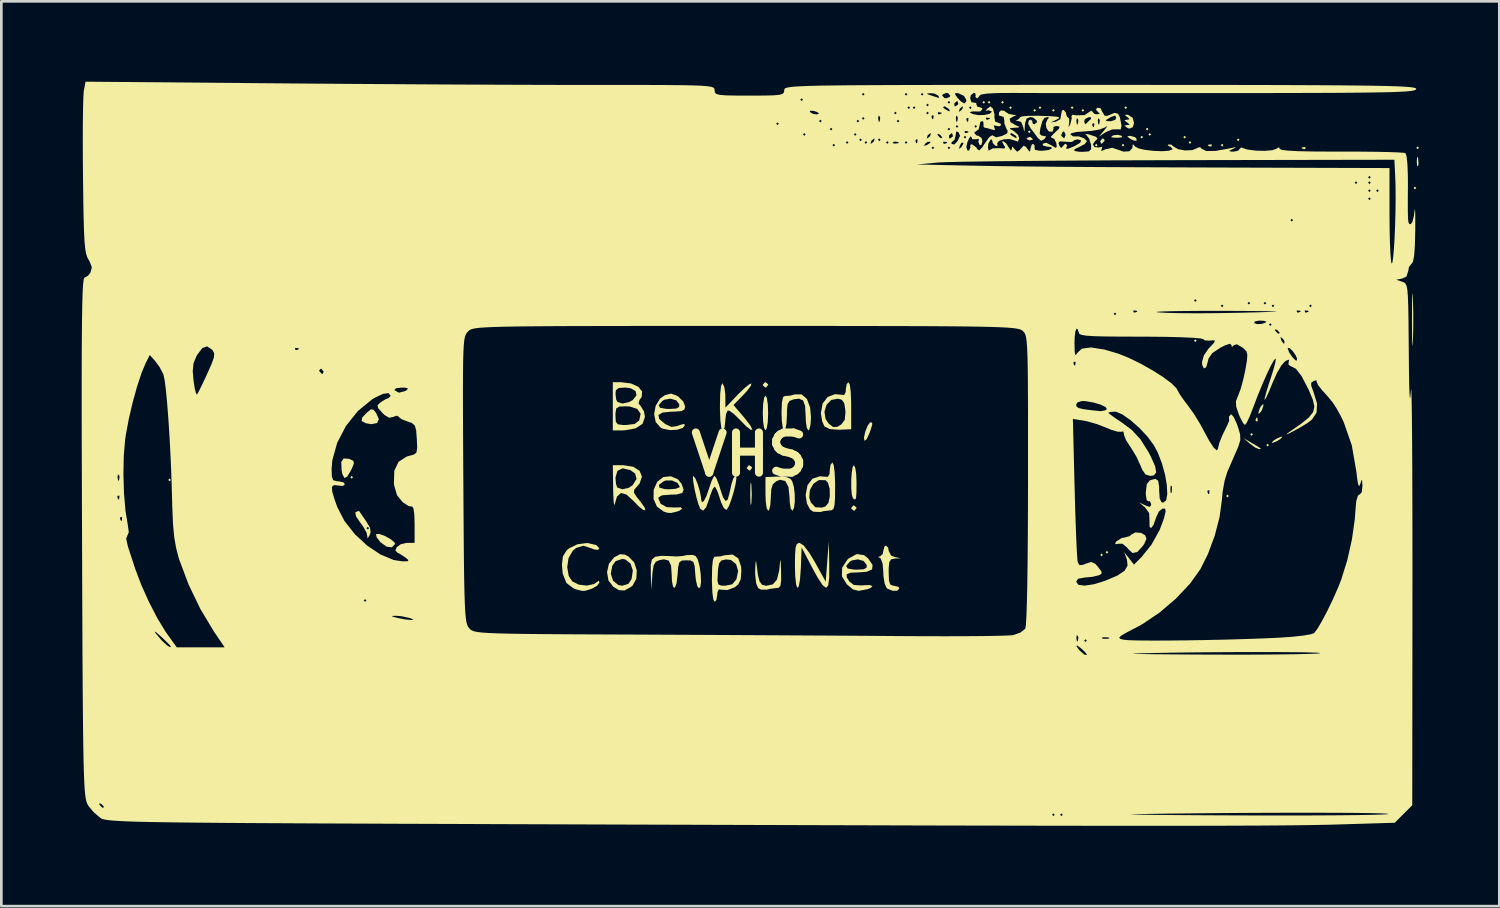
<source format=kicad_pcb>
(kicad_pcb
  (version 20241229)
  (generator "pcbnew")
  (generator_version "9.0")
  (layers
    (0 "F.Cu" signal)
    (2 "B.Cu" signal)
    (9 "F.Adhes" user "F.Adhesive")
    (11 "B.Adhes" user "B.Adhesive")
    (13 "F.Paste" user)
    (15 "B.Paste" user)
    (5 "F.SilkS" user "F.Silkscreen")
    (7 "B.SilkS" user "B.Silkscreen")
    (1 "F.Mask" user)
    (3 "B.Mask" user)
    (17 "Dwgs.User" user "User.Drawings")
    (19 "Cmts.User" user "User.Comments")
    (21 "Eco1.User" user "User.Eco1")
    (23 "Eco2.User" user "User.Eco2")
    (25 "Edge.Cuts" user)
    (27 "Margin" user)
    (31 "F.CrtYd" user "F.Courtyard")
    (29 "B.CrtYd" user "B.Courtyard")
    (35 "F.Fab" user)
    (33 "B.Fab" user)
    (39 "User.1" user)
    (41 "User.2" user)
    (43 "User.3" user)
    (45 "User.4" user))
  (footprint "VHS"
    (layer "F.Cu")
    (at 24.931 13.92)
    (property "Reference" "VHS" (at 0 0 0) (layer "F.SilkS") (effects (font (size 1.5 1.5) (thickness 0.3))))
    (attr board_only exclude_from_pos_files exclude_from_bom)
    (fp_poly (pts (xy -21.6 0.95) (xy -21.65 1) (xy -21.7 0.95) (xy -21.65 0.9)) (stroke (width 0) (type solid)) (fill yes) (layer "F.SilkS"))
    (fp_poly (pts (xy -14.8 0.85) (xy -14.85 0.9) (xy -14.9 0.85) (xy -14.85 0.8)) (stroke (width 0) (type solid)) (fill yes) (layer "F.SilkS"))
    (fp_poly (pts (xy 8.8 -13.15) (xy 8.75 -13.1) (xy 8.7 -13.15) (xy 8.75 -13.2)) (stroke (width 0) (type solid)) (fill yes) (layer "F.SilkS"))
    (fp_poly (pts (xy 9 -13.15) (xy 8.95 -13.1) (xy 8.9 -13.15) (xy 8.95 -13.2)) (stroke (width 0) (type solid)) (fill yes) (layer "F.SilkS"))
    (fp_poly (pts (xy 9.5 -13.15) (xy 9.45 -13.1) (xy 9.4 -13.15) (xy 9.45 -13.2)) (stroke (width 0) (type solid)) (fill yes) (layer "F.SilkS"))
    (fp_poly (pts (xy 9.8 -12.95) (xy 9.75 -12.9) (xy 9.7 -12.95) (xy 9.75 -13)) (stroke (width 0) (type solid)) (fill yes) (layer "F.SilkS"))
    (fp_poly (pts (xy 10.5 -12.05) (xy 10.45 -12) (xy 10.4 -12.05) (xy 10.45 -12.1)) (stroke (width 0) (type solid)) (fill yes) (layer "F.SilkS"))
    (fp_poly (pts (xy 10.7 -12.85) (xy 10.65 -12.8) (xy 10.6 -12.85) (xy 10.65 -12.9)) (stroke (width 0) (type solid)) (fill yes) (layer "F.SilkS"))
    (fp_poly (pts (xy 10.9 -12.95) (xy 10.85 -12.9) (xy 10.8 -12.95) (xy 10.85 -13)) (stroke (width 0) (type solid)) (fill yes) (layer "F.SilkS"))
    (fp_poly (pts (xy 11.4 -12.85) (xy 11.35 -12.8) (xy 11.3 -12.85) (xy 11.35 -12.9)) (stroke (width 0) (type solid)) (fill yes) (layer "F.SilkS"))
    (fp_poly (pts (xy 12.1 -12.95) (xy 12.05 -12.9) (xy 12 -12.95) (xy 12.05 -13)) (stroke (width 0) (type solid)) (fill yes) (layer "F.SilkS"))
    (fp_poly (pts (xy 12.5 -12.85) (xy 12.45 -12.8) (xy 12.4 -12.85) (xy 12.45 -12.9)) (stroke (width 0) (type solid)) (fill yes) (layer "F.SilkS"))
    (fp_poly (pts (xy 13 -11.55) (xy 12.95 -11.5) (xy 12.9 -11.55) (xy 12.95 -11.6)) (stroke (width 0) (type solid)) (fill yes) (layer "F.SilkS"))
    (fp_poly (pts (xy 13.2 3.75) (xy 13.15 3.8) (xy 13.1 3.75) (xy 13.15 3.7)) (stroke (width 0) (type solid)) (fill yes) (layer "F.SilkS"))
    (fp_poly (pts (xy 13.4 3.65) (xy 13.35 3.7) (xy 13.3 3.65) (xy 13.35 3.6)) (stroke (width 0) (type solid)) (fill yes) (layer "F.SilkS"))
    (fp_poly (pts (xy 14 -11.55) (xy 13.95 -11.5) (xy 13.9 -11.55) (xy 13.95 -11.6)) (stroke (width 0) (type solid)) (fill yes) (layer "F.SilkS"))
    (fp_poly (pts (xy 14.1 -12.95) (xy 14.05 -12.9) (xy 14 -12.95) (xy 14.05 -13)) (stroke (width 0) (type solid)) (fill yes) (layer "F.SilkS"))
    (fp_poly (pts (xy 14.7 -11.85) (xy 14.65 -11.8) (xy 14.6 -11.85) (xy 14.65 -11.9)) (stroke (width 0) (type solid)) (fill yes) (layer "F.SilkS"))
    (fp_poly (pts (xy 14.9 -12.15) (xy 14.85 -12.1) (xy 14.8 -12.15) (xy 14.85 -12.2)) (stroke (width 0) (type solid)) (fill yes) (layer "F.SilkS"))
    (fp_poly (pts (xy 15 -11.95) (xy 14.95 -11.9) (xy 14.9 -11.95) (xy 14.95 -12)) (stroke (width 0) (type solid)) (fill yes) (layer "F.SilkS"))
    (fp_poly (pts (xy 16.3 -11.85) (xy 16.25 -11.8) (xy 16.2 -11.85) (xy 16.25 -11.9)) (stroke (width 0) (type solid)) (fill yes) (layer "F.SilkS"))
    (fp_poly (pts (xy 16.5 -11.65) (xy 16.45 -11.6) (xy 16.4 -11.65) (xy 16.45 -11.7)) (stroke (width 0) (type solid)) (fill yes) (layer "F.SilkS"))
    (fp_poly (pts (xy 16.7 -4.25) (xy 16.65 -4.2) (xy 16.6 -4.25) (xy 16.65 -4.3)) (stroke (width 0) (type solid)) (fill yes) (layer "F.SilkS"))
    (fp_poly (pts (xy 17.7 -11.55) (xy 17.65 -11.5) (xy 17.6 -11.55) (xy 17.65 -11.6)) (stroke (width 0) (type solid)) (fill yes) (layer "F.SilkS"))
    (fp_poly (pts (xy 17.9 1.55) (xy 17.85 1.6) (xy 17.8 1.55) (xy 17.85 1.5)) (stroke (width 0) (type solid)) (fill yes) (layer "F.SilkS"))
    (fp_poly (pts (xy 18.3 -11.75) (xy 18.25 -11.7) (xy 18.2 -11.75) (xy 18.25 -11.8)) (stroke (width 0) (type solid)) (fill yes) (layer "F.SilkS"))
    (fp_poly (pts (xy 18.8 -0.75) (xy 18.75 -0.7) (xy 18.7 -0.75) (xy 18.75 -0.8)) (stroke (width 0) (type solid)) (fill yes) (layer "F.SilkS"))
    (fp_poly (pts (xy 19.4 -0.35) (xy 19.35 -0.3) (xy 19.3 -0.35) (xy 19.35 -0.4)) (stroke (width 0) (type solid)) (fill yes) (layer "F.SilkS"))
    (fp_poly (pts (xy 24.9 -9.95) (xy 24.85 -9.9) (xy 24.8 -9.95) (xy 24.85 -10)) (stroke (width 0) (type solid)) (fill yes) (layer "F.SilkS"))
    (fp_poly (pts (xy 25 -11.45) (xy 24.95 -11.4) (xy 24.9 -11.45) (xy 24.95 -11.5)) (stroke (width 0) (type solid)) (fill yes) (layer "F.SilkS"))
    (fp_poly (pts (xy 17.267 -11.567) (xy 17.253 -11.507) (xy 17.2 -11.5) (xy 17.118 -11.537) (xy 17.133 -11.567) (xy 17.252 -11.579)) (stroke (width 0) (type solid)) (fill yes) (layer "F.SilkS"))
    (fp_poly (pts (xy 18.967 -1.367) (xy 18.979 -1.248) (xy 18.967 -1.233) (xy 18.907 -1.247) (xy 18.9 -1.3) (xy 18.937 -1.382)) (stroke (width 0) (type solid)) (fill yes) (layer "F.SilkS"))
    (fp_poly (pts (xy 20.767 -11.467) (xy 20.753 -11.407) (xy 20.7 -11.4) (xy 20.618 -11.437) (xy 20.633 -11.467) (xy 20.752 -11.479)) (stroke (width 0) (type solid)) (fill yes) (layer "F.SilkS"))
    (fp_poly (pts (xy 10.507 -11.846) (xy 10.594 -11.764) (xy 10.491 -11.734) (xy 10.454 -11.733) (xy 10.354 -11.777) (xy 10.361 -11.818) (xy 10.477 -11.859)) (stroke (width 0) (type solid)) (fill yes) (layer "F.SilkS"))
    (fp_poly (pts (xy 13.895 -11.903) (xy 13.92 -11.845) (xy 13.761 -11.825) (xy 13.567 -11.834) (xy 13.5 -11.852) (xy 13.581 -11.917) (xy 13.75 -11.937)) (stroke (width 0) (type solid)) (fill yes) (layer "F.SilkS"))
    (fp_poly (pts (xy 0.097 0.476) (xy 0.1 0.5) (xy 0.024 0.597) (xy 0 0.6) (xy -0.097 0.524) (xy -0.1 0.5) (xy -0.024 0.403) (xy 0 0.4)) (stroke (width 0) (type solid)) (fill yes) (layer "F.SilkS"))
    (fp_poly (pts (xy 0.697 -2.624) (xy 0.7 -2.6) (xy 0.624 -2.503) (xy 0.6 -2.5) (xy 0.503 -2.576) (xy 0.5 -2.6) (xy 0.576 -2.697) (xy 0.6 -2.7)) (stroke (width 0) (type solid)) (fill yes) (layer "F.SilkS"))
    (fp_poly (pts (xy 3.997 1.976) (xy 4 2) (xy 3.924 2.097) (xy 3.9 2.1) (xy 3.803 2.024) (xy 3.8 2) (xy 3.876 1.903) (xy 3.9 1.9)) (stroke (width 0) (type solid)) (fill yes) (layer "F.SilkS"))
    (fp_poly (pts (xy 13.266 -11.739) (xy 13.25 -11.7) (xy 13.16 -11.605) (xy 13.144 -11.6) (xy 13.101 -11.677) (xy 13.1 -11.7) (xy 13.177 -11.796) (xy 13.206 -11.8)) (stroke (width 0) (type solid)) (fill yes) (layer "F.SilkS"))
    (fp_poly (pts (xy 14.4 -11.848) (xy 14.45 -11.8) (xy 14.458 -11.712) (xy 14.339 -11.726) (xy 14.2 -11.8) (xy 14.106 -11.878) (xy 14.196 -11.898) (xy 14.219 -11.898)) (stroke (width 0) (type solid)) (fill yes) (layer "F.SilkS"))
    (fp_poly (pts (xy 18.75 -0.436) (xy 18.991 -0.293) (xy 19.091 -0.224) (xy 19.081 -0.202) (xy 19.028 -0.2) (xy 18.884 -0.261) (xy 18.686 -0.406) (xy 18.45 -0.612)) (stroke (width 0) (type solid)) (fill yes) (layer "F.SilkS"))
    (fp_poly (pts (xy 19.197 -1.85) (xy 19.147 -1.686) (xy 19.1 -1.6) (xy 19.021 -1.52) (xy 19.003 -1.55) (xy 19.053 -1.714) (xy 19.1 -1.8) (xy 19.179 -1.88)) (stroke (width 0) (type solid)) (fill yes) (layer "F.SilkS"))
    (fp_poly (pts (xy 19.9 -0.657) (xy 19.823 -0.577) (xy 19.7 -0.5) (xy 19.545 -0.436) (xy 19.5 -0.443) (xy 19.577 -0.523) (xy 19.7 -0.6) (xy 19.855 -0.664)) (stroke (width 0) (type solid)) (fill yes) (layer "F.SilkS"))
    (fp_poly (pts (xy 24.964 -11.09) (xy 24.969 -11.073) (xy 24.984 -10.855) (xy 24.966 -10.773) (xy 24.933 -10.77) (xy 24.919 -10.926) (xy 24.919 -10.95) (xy 24.934 -11.105)) (stroke (width 0) (type solid)) (fill yes) (layer "F.SilkS"))
    (fp_poly (pts (xy -14.038 -1.673) (xy -13.94 -1.553) (xy -13.835 -1.321) (xy -13.9 -1.175) (xy -14.116 -1.132) (xy -14.325 -1.168) (xy -14.477 -1.249) (xy -14.457 -1.379) (xy -14.291 -1.558) (xy -14.134 -1.685)) (stroke (width 0) (type solid)) (fill yes) (layer "F.SilkS"))
    (fp_poly (pts (xy 0.068 1.085) (xy 0.073 1.127) (xy 0.089 1.48) (xy 0.074 1.816) (xy 0.072 1.827) (xy 0.053 1.896) (xy 0.039 1.789) (xy 0.033 1.528) (xy 0.033 1.45) (xy 0.038 1.166) (xy 0.05 1.038)) (stroke (width 0) (type solid)) (fill yes) (layer "F.SilkS"))
    (fp_poly (pts (xy 4.581 -1.189) (xy 4.588 -1.121) (xy 4.534 -0.941) (xy 4.49 -0.815) (xy 4.378 -0.571) (xy 4.297 -0.509) (xy 4.276 -0.623) (xy 4.326 -0.85) (xy 4.417 -1.079) (xy 4.503 -1.196) (xy 4.517 -1.2)) (stroke (width 0) (type solid)) (fill yes) (layer "F.SilkS"))
    (fp_poly (pts (xy -14.944 0.164) (xy -14.922 0.172) (xy -14.788 0.237) (xy -14.766 0.335) (xy -14.847 0.533) (xy -14.868 0.575) (xy -15.013 0.824) (xy -15.119 0.879) (xy -15.195 0.739) (xy -15.228 0.575) (xy -15.239 0.278) (xy -15.148 0.146)) (stroke (width 0) (type solid)) (fill yes) (layer "F.SilkS"))
    (fp_poly (pts (xy -13.611 3.042) (xy -13.4 3.159) (xy -13.254 3.279) (xy -13.231 3.344) (xy -13.353 3.466) (xy -13.551 3.44) (xy -13.776 3.275) (xy -13.78 3.271) (xy -13.915 3.093) (xy -13.944 2.979) (xy -13.941 2.974) (xy -13.816 2.968)) (stroke (width 0) (type solid)) (fill yes) (layer "F.SilkS"))
    (fp_poly (pts (xy 0.652 -2.108) (xy 0.688 -1.865) (xy 0.7 -1.55) (xy 0.686 -1.21) (xy 0.648 -0.978) (xy 0.6 -0.9) (xy 0.548 -0.992) (xy 0.512 -1.235) (xy 0.5 -1.55) (xy 0.514 -1.89) (xy 0.552 -2.122) (xy 0.6 -2.2)) (stroke (width 0) (type solid)) (fill yes) (layer "F.SilkS"))
    (fp_poly (pts (xy 24.765 -5.993) (xy 24.774 -5.82) (xy 24.787 -5.294) (xy 24.787 -4.716) (xy 24.774 -4.22) (xy 24.763 -4.058) (xy 24.754 -4.081) (xy 24.747 -4.273) (xy 24.742 -4.622) (xy 24.74 -5.05) (xy 24.742 -5.519) (xy 24.747 -5.842) (xy 24.755 -6.004)) (stroke (width 0) (type solid)) (fill yes) (layer "F.SilkS"))
    (fp_poly (pts (xy 3.952 0.492) (xy 3.988 0.735) (xy 4 1.05) (xy 3.997 1.417) (xy 3.982 1.617) (xy 3.948 1.685) (xy 3.888 1.653) (xy 3.867 1.633) (xy 3.823 1.499) (xy 3.803 1.249) (xy 3.803 0.949) (xy 3.822 0.665) (xy 3.858 0.461) (xy 3.9 0.4)) (stroke (width 0) (type solid)) (fill yes) (layer "F.SilkS"))
    (fp_poly (pts (xy 14.625 2.927) (xy 14.776 3.016) (xy 14.826 3.144) (xy 14.743 3.336) (xy 14.689 3.416) (xy 14.482 3.642) (xy 14.307 3.679) (xy 14.142 3.528) (xy 14.117 3.49) (xy 13.932 3.332) (xy 13.787 3.332) (xy 13.653 3.35) (xy 13.684 3.27) (xy 13.707 3.242) (xy 13.902 3.118) (xy 14.006 3.1) (xy 14.193 3.051) (xy 14.25 3) (xy 14.406 2.91)) (stroke (width 0) (type solid)) (fill yes) (layer "F.SilkS"))
    (fp_poly (pts (xy 14.141 -12.68) (xy 14.312 -12.57) (xy 14.362 -12.365) (xy 14.312 -12.219) (xy 14.183 -12.166) (xy 14.097 -12.204) (xy 14.001 -12.279) (xy 14.082 -12.3) (xy 14.1 -12.3) (xy 14.2 -12.316) (xy 14.125 -12.384) (xy 14.1 -12.4) (xy 14 -12.478) (xy 14.075 -12.499) (xy 14.1 -12.5) (xy 14.199 -12.517) (xy 14.128 -12.588) (xy 14.1 -12.607) (xy 14.013 -12.683) (xy 14.106 -12.686)) (stroke (width 0) (type solid)) (fill yes) (layer "F.SilkS"))
    (fp_poly (pts (xy -14.568 2.115) (xy -14.504 2.211) (xy -14.367 2.409) (xy -14.314 2.485) (xy -14.168 2.728) (xy -14.142 2.903) (xy -14.192 3.035) (xy -14.261 3.14) (xy -14.261 3.088) (xy -14.294 2.918) (xy -14.388 2.75) (xy -14.3 2.75) (xy -14.25 2.8) (xy -14.2 2.75) (xy -14.25 2.7) (xy -14.3 2.75) (xy -14.388 2.75) (xy -14.428 2.678) (xy -14.51 2.57) (xy -14.684 2.318) (xy -14.715 2.169) (xy -14.695 2.147) (xy -14.583 2.107)) (stroke (width 0) (type solid)) (fill yes) (layer "F.SilkS"))
    (fp_poly (pts (xy 2.982 4.125) (xy 2.98 4.602) (xy 2.944 4.886) (xy 2.865 4.979) (xy 2.736 4.883) (xy 2.548 4.597) (xy 2.35 4.235) (xy 1.95 3.472) (xy 1.921 4.236) (xy 1.889 4.677) (xy 1.843 4.923) (xy 1.79 4.979) (xy 1.743 4.848) (xy 1.71 4.534) (xy 1.7 4.15) (xy 1.705 3.734) (xy 1.724 3.479) (xy 1.766 3.349) (xy 1.839 3.304) (xy 1.875 3.302) (xy 2.025 3.395) (xy 2.233 3.665) (xy 2.45 4.027) (xy 2.85 4.75) (xy 2.907 4) (xy 2.964 3.25)) (stroke (width 0) (type solid)) (fill yes) (layer "F.SilkS"))
    (fp_poly (pts (xy 1.354 0.832) (xy 1.527 0.903) (xy 1.598 0.996) (xy 1.66 1.2) (xy 1.692 1.478) (xy 1.695 1.765) (xy 1.666 1.994) (xy 1.608 2.099) (xy 1.6 2.1) (xy 1.542 2.01) (xy 1.506 1.781) (xy 1.5 1.612) (xy 1.459 1.211) (xy 1.338 0.988) (xy 1.141 0.945) (xy 1.006 0.997) (xy 0.876 1.109) (xy 0.815 1.303) (xy 0.8 1.604) (xy 0.782 1.888) (xy 0.736 2.067) (xy 0.7 2.1) (xy 0.647 2.008) (xy 0.611 1.767) (xy 0.6 1.472) (xy 0.6 0.843) (xy 1.048 0.824)) (stroke (width 0) (type solid)) (fill yes) (layer "F.SilkS"))
    (fp_poly (pts (xy 1.173 4.078) (xy 1.183 4.369) (xy 1.185 4.712) (xy 1.158 4.9) (xy 1.093 4.976) (xy 1.025 4.985) (xy 0.78 5.014) (xy 0.65 5.046) (xy 0.431 5.045) (xy 0.325 4.985) (xy 0.251 4.805) (xy 0.216 4.485) (xy 0.216 4.305) (xy 0.229 4.037) (xy 0.246 3.968) (xy 0.268 4.099) (xy 0.268 4.1) (xy 0.319 4.503) (xy 0.383 4.746) (xy 0.476 4.865) (xy 0.617 4.9) (xy 0.64 4.9) (xy 0.878 4.848) (xy 1.028 4.671) (xy 1.111 4.338) (xy 1.126 4.198) (xy 1.147 3.984) (xy 1.162 3.94)) (stroke (width 0) (type solid)) (fill yes) (layer "F.SilkS"))
    (fp_poly (pts (xy 2.148 -2.073) (xy 2.268 -1.748) (xy 2.3 -1.389) (xy 2.282 -1.107) (xy 2.235 -0.931) (xy 2.2 -0.9) (xy 2.145 -0.99) (xy 2.109 -1.223) (xy 2.1 -1.444) (xy 2.079 -1.816) (xy 2.002 -2.02) (xy 1.847 -2.086) (xy 1.644 -2.058) (xy 1.503 -2.002) (xy 1.43 -1.893) (xy 1.403 -1.673) (xy 1.4 -1.448) (xy 1.384 -1.147) (xy 1.341 -0.948) (xy 1.3 -0.9) (xy 1.248 -0.992) (xy 1.212 -1.236) (xy 1.2 -1.554) (xy 1.213 -1.933) (xy 1.254 -2.136) (xy 1.325 -2.185) (xy 1.511 -2.196) (xy 1.694 -2.243) (xy 1.951 -2.245)) (stroke (width 0) (type solid)) (fill yes) (layer "F.SilkS"))
    (fp_poly (pts (xy -4.66 3.736) (xy -4.513 3.809) (xy -4.304 4.024) (xy -4.205 4.325) (xy -4.222 4.64) (xy -4.362 4.895) (xy -4.417 4.941) (xy -4.663 5.077) (xy -4.866 5.067) (xy -5.078 4.944) (xy -5.261 4.707) (xy -5.306 4.452) (xy -5.176 4.452) (xy -5.092 4.713) (xy -4.894 4.874) (xy -4.75 4.9) (xy -4.515 4.827) (xy -4.4 4.65) (xy -4.352 4.335) (xy -4.437 4.074) (xy -4.629 3.92) (xy -4.75 3.9) (xy -4.997 3.981) (xy -5.118 4.15) (xy -5.176 4.452) (xy -5.306 4.452) (xy -5.316 4.394) (xy -5.245 4.08) (xy -5.05 3.841) (xy -5.038 3.833) (xy -4.831 3.723)) (stroke (width 0) (type solid)) (fill yes) (layer "F.SilkS"))
    (fp_poly (pts (xy 5.182 3.483) (xy 5.2 3.593) (xy 5.287 3.771) (xy 5.425 3.829) (xy 5.65 3.873) (xy 5.425 3.886) (xy 5.291 3.916) (xy 5.224 4.019) (xy 5.201 4.246) (xy 5.2 4.4) (xy 5.211 4.7) (xy 5.255 4.849) (xy 5.354 4.898) (xy 5.4 4.9) (xy 5.562 4.942) (xy 5.6 5) (xy 5.523 5.085) (xy 5.351 5.09) (xy 5.167 5.019) (xy 5.12 4.98) (xy 5.048 4.813) (xy 5.005 4.532) (xy 5 4.388) (xy 4.974 4.072) (xy 4.905 3.889) (xy 4.875 3.866) (xy 4.801 3.821) (xy 4.875 3.808) (xy 4.977 3.717) (xy 5 3.6) (xy 5.042 3.438) (xy 5.1 3.4)) (stroke (width 0) (type solid)) (fill yes) (layer "F.SilkS"))
    (fp_poly (pts (xy -5.742 3.374) (xy -5.703 3.396) (xy -5.602 3.503) (xy -5.653 3.562) (xy -5.807 3.543) (xy -5.885 3.508) (xy -6.199 3.407) (xy -6.466 3.488) (xy -6.6 3.6) (xy -6.753 3.868) (xy -6.802 4.208) (xy -6.746 4.534) (xy -6.617 4.735) (xy -6.37 4.86) (xy -6.066 4.895) (xy -5.8 4.836) (xy -5.72 4.78) (xy -5.621 4.711) (xy -5.6 4.782) (xy -5.685 4.899) (xy -5.885 5.013) (xy -6.12 5.086) (xy -6.232 5.094) (xy -6.414 5.053) (xy -6.568 4.999) (xy -6.832 4.797) (xy -6.972 4.447) (xy -7 4.114) (xy -6.963 3.8) (xy -6.824 3.584) (xy -6.737 3.507) (xy -6.421 3.352) (xy -6.059 3.304)) (stroke (width 0) (type solid)) (fill yes) (layer "F.SilkS"))
    (fp_poly (pts (xy 0.049 -2.557) (xy -0.092 -2.37) (xy -0.229 -2.222) (xy -0.594 -1.847) (xy -0.189 -1.374) (xy 0.031 -1.09) (xy 0.109 -0.936) (xy 0.057 -0.918) (xy -0.109 -1.043) (xy -0.361 -1.299) (xy -0.576 -1.511) (xy -0.746 -1.632) (xy -0.811 -1.643) (xy -0.871 -1.515) (xy -0.9 -1.276) (xy -0.9 -1.244) (xy -0.926 -1.015) (xy -0.988 -0.902) (xy -1 -0.9) (xy -1.048 -0.994) (xy -1.082 -1.256) (xy -1.099 -1.652) (xy -1.1 -1.806) (xy -1.09 -2.264) (xy -1.06 -2.55) (xy -1.013 -2.653) (xy -1 -2.65) (xy -0.937 -2.52) (xy -0.901 -2.268) (xy -0.898 -2.169) (xy -0.895 -1.75) (xy -0.437 -2.231) (xy -0.198 -2.465) (xy -0.012 -2.617) (xy 0.079 -2.654)) (stroke (width 0) (type solid)) (fill yes) (layer "F.SilkS"))
    (fp_poly (pts (xy 3.748 -2.606) (xy 3.783 -2.346) (xy 3.799 -1.953) (xy 3.8 -1.822) (xy 3.8 -0.943) (xy 3.36 -0.924) (xy 3.004 -0.948) (xy 2.801 -1.049) (xy 2.8 -1.05) (xy 2.717 -1.243) (xy 2.672 -1.525) (xy 2.67 -1.56) (xy 2.678 -1.6) (xy 2.802 -1.6) (xy 2.843 -1.328) (xy 2.957 -1.157) (xy 3.133 -1.021) (xy 3.295 -1.037) (xy 3.438 -1.129) (xy 3.561 -1.297) (xy 3.587 -1.58) (xy 3.582 -1.654) (xy 3.541 -1.919) (xy 3.447 -2.044) (xy 3.306 -2.084) (xy 3.056 -2.037) (xy 2.88 -1.856) (xy 2.802 -1.6) (xy 2.678 -1.6) (xy 2.734 -1.903) (xy 2.921 -2.147) (xy 3.191 -2.253) (xy 3.36 -2.238) (xy 3.536 -2.222) (xy 3.596 -2.334) (xy 3.6 -2.439) (xy 3.633 -2.632) (xy 3.7 -2.7)) (stroke (width 0) (type solid)) (fill yes) (layer "F.SilkS"))
    (fp_poly (pts (xy -4.337 0.458) (xy -4.099 0.611) (xy -4.013 0.829) (xy -4.099 1.082) (xy -4.19 1.19) (xy -4.298 1.313) (xy -4.31 1.421) (xy -4.214 1.577) (xy -4.082 1.74) (xy -3.915 1.973) (xy -3.884 2.083) (xy -3.966 2.069) (xy -4.14 1.931) (xy -4.317 1.745) (xy -4.588 1.496) (xy -4.796 1.437) (xy -4.942 1.568) (xy -5.012 1.801) (xy -5.043 1.896) (xy -5.066 1.794) (xy -5.082 1.499) (xy -5.087 1.275) (xy -5.093 0.88) (xy -5 0.88) (xy -4.979 1.11) (xy -4.933 1.233) (xy -4.745 1.299) (xy -4.505 1.245) (xy -4.357 1.143) (xy -4.213 0.911) (xy -4.265 0.711) (xy -4.444 0.585) (xy -4.737 0.516) (xy -4.928 0.612) (xy -5 0.863) (xy -5 0.88) (xy -5.093 0.88) (xy -5.1 0.4) (xy -4.707 0.4)) (stroke (width 0) (type solid)) (fill yes) (layer "F.SilkS"))
    (fp_poly (pts (xy -2.67 0.926) (xy -2.533 1.094) (xy -2.455 1.314) (xy -2.508 1.438) (xy -2.717 1.492) (xy -2.956 1.5) (xy -3.261 1.524) (xy -3.392 1.6) (xy -3.4 1.638) (xy -3.312 1.842) (xy -3.087 1.965) (xy -2.801 1.979) (xy -2.572 1.973) (xy -2.506 2.024) (xy -2.62 2.103) (xy -2.725 2.137) (xy -2.928 2.184) (xy -3.066 2.174) (xy -3.2 2.131) (xy -3.452 1.947) (xy -3.58 1.655) (xy -3.573 1.315) (xy -3.493 1.134) (xy -3.376 1.134) (xy -3.361 1.236) (xy -3.163 1.292) (xy -3 1.3) (xy -2.75 1.279) (xy -2.61 1.225) (xy -2.6 1.204) (xy -2.685 1.059) (xy -2.884 0.971) (xy -3.114 0.969) (xy -3.2 1) (xy -3.376 1.134) (xy -3.493 1.134) (xy -3.44 1.017) (xy -3.213 0.842) (xy -2.932 0.814)) (stroke (width 0) (type solid)) (fill yes) (layer "F.SilkS"))
    (fp_poly (pts (xy 4.279 3.757) (xy 4.435 3.883) (xy 4.599 4.125) (xy 4.582 4.289) (xy 4.381 4.379) (xy 4.1 4.4) (xy 3.777 4.414) (xy 3.63 4.471) (xy 3.636 4.591) (xy 3.733 4.744) (xy 3.897 4.87) (xy 4.163 4.89) (xy 4.233 4.883) (xy 4.49 4.875) (xy 4.595 4.915) (xy 4.529 4.983) (xy 4.375 5.037) (xy 4.077 5.091) (xy 3.864 5.036) (xy 3.637 4.846) (xy 3.636 4.845) (xy 3.454 4.546) (xy 3.462 4.229) (xy 3.506 4.161) (xy 3.612 4.161) (xy 3.667 4.257) (xy 3.911 4.298) (xy 4.007 4.3) (xy 4.269 4.285) (xy 4.376 4.225) (xy 4.381 4.125) (xy 4.266 3.976) (xy 4.05 3.915) (xy 3.819 3.957) (xy 3.744 4.005) (xy 3.612 4.161) (xy 3.506 4.161) (xy 3.658 3.927) (xy 3.715 3.875) (xy 4.009 3.717)) (stroke (width 0) (type solid)) (fill yes) (layer "F.SilkS"))
    (fp_poly (pts (xy 3.148 0.394) (xy 3.182 0.655) (xy 3.199 1.05) (xy 3.2 1.194) (xy 3.196 1.623) (xy 3.178 1.889) (xy 3.139 2.029) (xy 3.072 2.081) (xy 3.025 2.085) (xy 2.783 2.113) (xy 2.64 2.149) (xy 2.384 2.135) (xy 2.265 2.051) (xy 2.148 1.83) (xy 2.114 1.611) (xy 2.235 1.611) (xy 2.295 1.791) (xy 2.463 1.97) (xy 2.707 1.982) (xy 2.842 1.939) (xy 2.952 1.804) (xy 3.003 1.557) (xy 2.997 1.28) (xy 2.932 1.052) (xy 2.843 0.961) (xy 2.595 0.954) (xy 2.388 1.094) (xy 2.257 1.331) (xy 2.235 1.611) (xy 2.114 1.611) (xy 2.1 1.518) (xy 2.1 1.508) (xy 2.169 1.145) (xy 2.356 0.903) (xy 2.632 0.813) (xy 2.746 0.824) (xy 2.928 0.833) (xy 2.993 0.728) (xy 3 0.586) (xy 3.03 0.382) (xy 3.1 0.3)) (stroke (width 0) (type solid)) (fill yes) (layer "F.SilkS"))
    (fp_poly (pts (xy -2.709 -2.197) (xy -2.654 -2.162) (xy -2.471 -1.981) (xy -2.4 -1.798) (xy -2.427 -1.679) (xy -2.541 -1.62) (xy -2.79 -1.601) (xy -2.9 -1.6) (xy -3.241 -1.567) (xy -3.398 -1.473) (xy -3.367 -1.327) (xy -3.146 -1.138) (xy -2.913 -1.03) (xy -2.696 -1.062) (xy -2.646 -1.084) (xy -2.468 -1.138) (xy -2.4 -1.109) (xy -2.486 -0.991) (xy -2.7 -0.923) (xy -2.972 -0.911) (xy -3.233 -0.964) (xy -3.314 -1.002) (xy -3.498 -1.211) (xy -3.557 -1.505) (xy -3.5 -1.819) (xy -3.488 -1.839) (xy -3.388 -1.839) (xy -3.333 -1.743) (xy -3.089 -1.702) (xy -2.993 -1.7) (xy -2.731 -1.715) (xy -2.624 -1.775) (xy -2.619 -1.875) (xy -2.734 -2.024) (xy -2.95 -2.085) (xy -3.181 -2.043) (xy -3.256 -1.995) (xy -3.388 -1.839) (xy -3.488 -1.839) (xy -3.335 -2.087) (xy -3.156 -2.215) (xy -2.928 -2.274)) (stroke (width 0) (type solid)) (fill yes) (layer "F.SilkS"))
    (fp_poly (pts (xy -2.009 3.789) (xy -1.926 3.924) (xy -1.861 4.169) (xy -1.818 4.463) (xy -1.806 4.74) (xy -1.83 4.94) (xy -1.882 5) (xy -1.947 4.91) (xy -2 4.678) (xy -2.02 4.475) (xy -2.044 4.17) (xy -2.092 4.014) (xy -2.194 3.957) (xy -2.35 3.95) (xy -2.525 3.961) (xy -2.618 4.029) (xy -2.66 4.204) (xy -2.68 4.475) (xy -2.722 4.817) (xy -2.784 4.976) (xy -2.847 4.949) (xy -2.891 4.733) (xy -2.9 4.506) (xy -2.924 4.151) (xy -3.012 3.963) (xy -3.187 3.914) (xy -3.35 3.941) (xy -3.494 4.003) (xy -3.574 4.135) (xy -3.616 4.39) (xy -3.626 4.526) (xy -3.663 5.05) (xy -3.682 4.442) (xy -3.683 4.123) (xy -3.641 3.923) (xy -3.519 3.818) (xy -3.281 3.784) (xy -2.891 3.797) (xy -2.725 3.808) (xy -2.48 3.788) (xy -2.35 3.758) (xy -2.121 3.749)) (stroke (width 0) (type solid)) (fill yes) (layer "F.SilkS"))
    (fp_poly (pts (xy -0.415 3.879) (xy -0.31 4.184) (xy -0.3 4.351) (xy -0.323 4.659) (xy -0.414 4.848) (xy -0.545 4.956) (xy -0.814 5.06) (xy -0.995 5.052) (xy -1.147 5.037) (xy -1.197 5.16) (xy -1.2 5.243) (xy -1.233 5.434) (xy -1.3 5.5) (xy -1.349 5.406) (xy -1.383 5.147) (xy -1.399 4.759) (xy -1.4 4.711) (xy -1.192 4.711) (xy -1.16 4.85) (xy -1.051 4.896) (xy -0.903 4.9) (xy -0.643 4.848) (xy -0.489 4.665) (xy -0.482 4.65) (xy -0.42 4.346) (xy -0.498 4.091) (xy -0.69 3.938) (xy -0.876 3.918) (xy -1.044 3.957) (xy -1.13 4.058) (xy -1.17 4.28) (xy -1.18 4.425) (xy -1.192 4.711) (xy -1.4 4.711) (xy -1.4 4.646) (xy -1.391 4.204) (xy -1.363 3.938) (xy -1.312 3.823) (xy -1.275 3.815) (xy -1.086 3.804) (xy -0.929 3.764) (xy -0.625 3.736)) (stroke (width 0) (type solid)) (fill yes) (layer "F.SilkS"))
    (fp_poly (pts (xy -4.424 -2.653) (xy -4.148 -2.529) (xy -4.005 -2.352) (xy -4.021 -2.148) (xy -4.104 -2.036) (xy -4.139 -1.903) (xy -4.054 -1.804) (xy -3.937 -1.612) (xy -3.9 -1.404) (xy -3.989 -1.146) (xy -4.247 -0.976) (xy -4.655 -0.902) (xy -4.755 -0.9) (xy -5.1 -0.9) (xy -5.1 -1.45) (xy -5 -1.45) (xy -4.988 -1.225) (xy -4.912 -1.126) (xy -4.715 -1.101) (xy -4.604 -1.1) (xy -4.285 -1.14) (xy -4.117 -1.268) (xy -4.112 -1.278) (xy -4.062 -1.521) (xy -4.187 -1.7) (xy -4.467 -1.792) (xy -4.605 -1.8) (xy -4.859 -1.789) (xy -4.971 -1.722) (xy -4.999 -1.547) (xy -5 -1.45) (xy -5.1 -1.45) (xy -5.1 -1.8) (xy -5.1 -2.267) (xy -5 -2.267) (xy -4.974 -2.057) (xy -4.933 -1.967) (xy -4.744 -1.902) (xy -4.489 -1.958) (xy -4.353 -2.036) (xy -4.214 -2.211) (xy -4.251 -2.37) (xy -4.442 -2.476) (xy -4.647 -2.5) (xy -4.886 -2.481) (xy -4.984 -2.398) (xy -5 -2.267) (xy -5.1 -2.267) (xy -5.1 -2.7) (xy -4.807 -2.7)) (stroke (width 0) (type solid)) (fill yes) (layer "F.SilkS"))
    (fp_poly (pts (xy -0.484 0.884) (xy -0.514 1.096) (xy -0.581 1.379) (xy -0.669 1.672) (xy -0.762 1.919) (xy -0.844 2.058) (xy -0.861 2.07) (xy -0.95 2.006) (xy -1.051 1.8) (xy -1.099 1.654) (xy -1.188 1.387) (xy -1.27 1.224) (xy -1.3 1.2) (xy -1.368 1.287) (xy -1.456 1.508) (xy -1.5 1.65) (xy -1.616 1.973) (xy -1.727 2.098) (xy -1.834 2.026) (xy -1.834 2.025) (xy -1.903 1.857) (xy -1.979 1.593) (xy -2.047 1.295) (xy -2.095 1.024) (xy -2.111 0.842) (xy -2.095 0.8) (xy -2.022 0.886) (xy -1.933 1.097) (xy -1.853 1.362) (xy -1.805 1.608) (xy -1.801 1.681) (xy -1.771 1.787) (xy -1.698 1.733) (xy -1.602 1.548) (xy -1.504 1.263) (xy -1.501 1.253) (xy -1.412 0.986) (xy -1.33 0.824) (xy -1.3 0.8) (xy -1.232 0.887) (xy -1.144 1.108) (xy -1.099 1.253) (xy -0.986 1.593) (xy -0.892 1.737) (xy -0.812 1.686) (xy -0.751 1.476) (xy -0.668 1.102) (xy -0.601 0.891) (xy -0.536 0.806) (xy -0.507 0.8)) (stroke (width 0) (type solid)) (fill yes) (layer "F.SilkS"))
    (fp_poly (pts (xy -17.519 -13.858) (xy -16.175 -13.847) (xy -14.772 -13.837) (xy -13.341 -13.828) (xy -11.914 -13.819) (xy -10.523 -13.812) (xy -9.198 -13.806) (xy -7.972 -13.802) (xy -6.876 -13.799) (xy -5.942 -13.798) (xy -5.775 -13.798) (xy -4.713 -13.798) (xy -3.834 -13.798) (xy -3.121 -13.795) (xy -2.556 -13.79) (xy -2.122 -13.782) (xy -1.801 -13.77) (xy -1.577 -13.752) (xy -1.432 -13.73) (xy -1.349 -13.701) (xy -1.311 -13.665) (xy -1.3 -13.621) (xy -1.3 -13.6) (xy -1.289 -13.518) (xy -1.235 -13.463) (xy -1.105 -13.428) (xy -0.869 -13.409) (xy -0.493 -13.401) (xy 0 -13.4) (xy 0.531 -13.402) (xy 0.893 -13.41) (xy 1.12 -13.43) (xy 1.187 -13.45) (xy 4.2 -13.45) (xy 4.25 -13.4) (xy 4.3 -13.45) (xy 5.8 -13.45) (xy 5.85 -13.4) (xy 5.9 -13.45) (xy 6.4 -13.45) (xy 6.45 -13.4) (xy 6.5 -13.45) (xy 6.473 -13.477) (xy 6.628 -13.477) (xy 6.666 -13.445) (xy 6.8 -13.4) (xy 6.997 -13.337) (xy 7.081 -13.31) (xy 7.07 -13.366) (xy 7.05 -13.4) (xy 7.2 -13.4) (xy 7.281 -13.311) (xy 7.35 -13.3) (xy 7.483 -13.354) (xy 7.5 -13.4) (xy 7.46 -13.444) (xy 7.682 -13.444) (xy 7.768 -13.319) (xy 7.896 -13.186) (xy 8.013 -13.111) (xy 8.025 -13.108) (xy 8.093 -13.18) (xy 8.1 -13.239) (xy 8.013 -13.389) (xy 7.807 -13.487) (xy 7.692 -13.5) (xy 7.682 -13.444) (xy 7.46 -13.444) (xy 7.419 -13.489) (xy 7.35 -13.5) (xy 7.217 -13.446) (xy 7.2 -13.4) (xy 7.05 -13.4) (xy 6.911 -13.476) (xy 6.769 -13.49) (xy 6.628 -13.477) (xy 6.473 -13.477) (xy 6.45 -13.5) (xy 6.4 -13.45) (xy 5.9 -13.45) (xy 5.85 -13.5) (xy 5.8 -13.45) (xy 4.3 -13.45) (xy 4.25 -13.5) (xy 4.2 -13.45) (xy 1.187 -13.45) (xy 1.242 -13.466) (xy 1.291 -13.524) (xy 1.3 -13.6) (xy 1.302 -13.63) (xy 1.316 -13.657) (xy 1.353 -13.681) (xy 1.423 -13.702) (xy 1.536 -13.721) (xy 1.703 -13.737) (xy 1.936 -13.75) (xy 2.244 -13.762) (xy 2.638 -13.772) (xy 3.129 -13.779) (xy 3.727 -13.786) (xy 4.444 -13.79) (xy 5.289 -13.794) (xy 6.273 -13.797) (xy 7.408 -13.798) (xy 8.703 -13.799) (xy 10.169 -13.8) (xy 11.817 -13.8) (xy 13.1 -13.8) (xy 14.9 -13.8) (xy 16.51 -13.799) (xy 17.941 -13.798) (xy 19.202 -13.796) (xy 20.305 -13.792) (xy 21.259 -13.788) (xy 22.075 -13.783) (xy 22.763 -13.776) (xy 23.334 -13.768) (xy 23.797 -13.759) (xy 24.163 -13.748) (xy 24.442 -13.734) (xy 24.645 -13.719) (xy 24.781 -13.702) (xy 24.862 -13.683) (xy 24.896 -13.661) (xy 24.9 -13.65) (xy 24.882 -13.62) (xy 24.818 -13.595) (xy 24.696 -13.573) (xy 24.501 -13.555) (xy 24.22 -13.54) (xy 23.841 -13.527) (xy 23.348 -13.518) (xy 22.73 -13.51) (xy 21.972 -13.504) (xy 21.061 -13.5) (xy 19.984 -13.497) (xy 18.727 -13.495) (xy 18.025 -13.495) (xy 16.83 -13.494) (xy 15.662 -13.494) (xy 14.544 -13.494) (xy 13.494 -13.494) (xy 12.533 -13.494) (xy 11.682 -13.495) (xy 10.961 -13.496) (xy 10.39 -13.497) (xy 9.99 -13.499) (xy 9.875 -13.5) (xy 9.282 -13.496) (xy 8.869 -13.476) (xy 8.643 -13.438) (xy 8.6 -13.405) (xy 8.523 -13.304) (xy 8.494 -13.3) (xy 8.434 -13.361) (xy 8.45 -13.4) (xy 8.432 -13.489) (xy 8.377 -13.5) (xy 8.269 -13.417) (xy 8.243 -13.298) (xy 8.291 -13.15) (xy 8.37 -13.144) (xy 8.47 -13.122) (xy 8.474 -13.071) (xy 8.525 -12.976) (xy 8.575 -12.975) (xy 8.69 -12.935) (xy 8.7 -12.896) (xy 8.623 -12.809) (xy 8.575 -12.807) (xy 8.362 -12.81) (xy 8.3 -12.805) (xy 8.225 -12.774) (xy 8.338 -12.712) (xy 8.544 -12.672) (xy 8.777 -12.678) (xy 8.968 -12.721) (xy 9.049 -12.79) (xy 9.042 -12.813) (xy 8.921 -12.856) (xy 8.868 -12.837) (xy 8.818 -12.831) (xy 8.879 -12.909) (xy 8.998 -12.998) (xy 9.088 -12.919) (xy 9.095 -12.908) (xy 9.153 -12.692) (xy 9.147 -12.584) (xy 9.178 -12.429) (xy 9.256 -12.4) (xy 9.385 -12.346) (xy 9.4 -12.303) (xy 9.326 -12.251) (xy 9.234 -12.27) (xy 9.121 -12.287) (xy 9.15 -12.2) (xy 9.174 -12.11) (xy 9.058 -12.133) (xy 8.859 -12.191) (xy 8.786 -12.2) (xy 8.732 -12.261) (xy 8.746 -12.293) (xy 8.733 -12.422) (xy 8.702 -12.449) (xy 8.621 -12.42) (xy 8.6 -12.306) (xy 8.559 -12.14) (xy 8.5 -12.1) (xy 8.403 -12.024) (xy 8.4 -12) (xy 8.481 -11.911) (xy 8.55 -11.9) (xy 8.672 -11.816) (xy 8.7 -11.694) (xy 8.661 -11.556) (xy 8.598 -11.551) (xy 8.546 -11.676) (xy 8.565 -11.724) (xy 8.561 -11.792) (xy 8.466 -11.77) (xy 8.325 -11.769) (xy 8.298 -11.828) (xy 8.269 -11.885) (xy 8.206 -11.81) (xy 8.14 -11.661) (xy 8.103 -11.495) (xy 8.102 -11.469) (xy 8.144 -11.348) (xy 8.202 -11.351) (xy 8.258 -11.472) (xy 8.244 -11.509) (xy 8.263 -11.579) (xy 8.318 -11.577) (xy 8.47 -11.47) (xy 8.512 -11.4) (xy 8.58 -11.352) (xy 8.694 -11.465) (xy 8.801 -11.633) (xy 8.959 -11.853) (xy 9.071 -11.923) (xy 9.098 -11.904) (xy 9.218 -11.842) (xy 9.444 -11.898) (xy 9.565 -11.959) (xy 9.73 -11.959) (xy 9.8 -11.9) (xy 9.96 -11.81) (xy 9.981 -11.844) (xy 9.95 -11.9) (xy 9.804 -11.995) (xy 9.769 -11.998) (xy 9.73 -11.959) (xy 9.565 -11.959) (xy 9.627 -11.991) (xy 9.642 -12.09) (xy 9.605 -12.144) (xy 9.519 -12.36) (xy 9.519 -12.468) (xy 9.492 -12.608) (xy 9.425 -12.625) (xy 9.314 -12.661) (xy 9.322 -12.776) (xy 9.393 -12.846) (xy 9.522 -12.833) (xy 9.549 -12.802) (xy 9.69 -12.715) (xy 9.831 -12.688) (xy 9.965 -12.672) (xy 9.906 -12.64) (xy 9.875 -12.631) (xy 9.718 -12.538) (xy 9.745 -12.414) (xy 9.925 -12.303) (xy 10.08 -12.235) (xy 10.048 -12.209) (xy 9.9 -12.2) (xy 9.726 -12.184) (xy 9.742 -12.145) (xy 9.868 -12.081) (xy 10.032 -11.934) (xy 10.072 -11.8) (xy 10.027 -11.681) (xy 9.895 -11.727) (xy 9.712 -11.779) (xy 9.497 -11.767) (xy 9.319 -11.708) (xy 9.249 -11.617) (xy 9.26 -11.584) (xy 9.257 -11.512) (xy 9.189 -11.525) (xy 9.08 -11.636) (xy 9.077 -11.695) (xy 9.044 -11.767) (xy 9.002 -11.752) (xy 8.923 -11.611) (xy 8.908 -11.469) (xy 8.93 -11.342) (xy 8.962 -11.361) (xy 9.082 -11.429) (xy 9.309 -11.438) (xy 9.316 -11.437) (xy 9.517 -11.426) (xy 9.553 -11.473) (xy 9.5 -11.551) (xy 9.439 -11.671) (xy 9.472 -11.7) (xy 9.585 -11.62) (xy 9.678 -11.475) (xy 9.761 -11.348) (xy 9.795 -11.4) (xy 9.815 -11.5) (xy 9.886 -11.426) (xy 9.903 -11.4) (xy 9.998 -11.305) (xy 10.098 -11.374) (xy 10.132 -11.417) (xy 10.243 -11.532) (xy 10.33 -11.48) (xy 10.374 -11.417) (xy 10.464 -11.304) (xy 10.491 -11.364) (xy 10.494 -11.425) (xy 10.545 -11.574) (xy 10.597 -11.6) (xy 10.655 -11.528) (xy 10.642 -11.466) (xy 10.665 -11.373) (xy 10.848 -11.341) (xy 10.945 -11.341) (xy 11.177 -11.37) (xy 11.295 -11.425) (xy 11.272 -11.478) (xy 11.094 -11.5) (xy 10.954 -11.54) (xy 10.953 -11.605) (xy 11.082 -11.641) (xy 11.259 -11.553) (xy 11.427 -11.454) (xy 11.477 -11.484) (xy 11.461 -11.623) (xy 11.457 -11.632) (xy 11.542 -11.632) (xy 11.567 -11.542) (xy 11.638 -11.439) (xy 11.677 -11.48) (xy 11.778 -11.593) (xy 11.814 -11.6) (xy 11.866 -11.538) (xy 11.85 -11.5) (xy 11.822 -11.414) (xy 11.921 -11.423) (xy 12.145 -11.516) (xy 12.348 -11.637) (xy 12.389 -11.729) (xy 12.256 -11.767) (xy 12.25 -11.767) (xy 12.117 -11.731) (xy 12.1 -11.701) (xy 12.014 -11.667) (xy 11.807 -11.678) (xy 11.799 -11.679) (xy 11.595 -11.693) (xy 11.542 -11.632) (xy 11.457 -11.632) (xy 11.381 -11.789) (xy 11.286 -11.824) (xy 11.254 -11.858) (xy 11.318 -11.929) (xy 11.641 -11.929) (xy 11.654 -11.893) (xy 11.751 -11.804) (xy 11.798 -11.905) (xy 11.8 -11.956) (xy 11.751 -12.059) (xy 11.698 -12.049) (xy 11.641 -11.929) (xy 11.318 -11.929) (xy 11.36 -11.976) (xy 11.375 -11.99) (xy 11.556 -12.161) (xy 11.581 -12.244) (xy 11.457 -12.267) (xy 11.454 -12.267) (xy 11.351 -12.227) (xy 11.356 -12.19) (xy 11.335 -12.076) (xy 11.309 -12.055) (xy 11.182 -12.058) (xy 11.092 -12.185) (xy 11.066 -12.36) (xy 11.129 -12.509) (xy 11.147 -12.523) (xy 11.185 -12.589) (xy 11.131 -12.598) (xy 11.018 -12.57) (xy 10.939 -12.448) (xy 10.863 -12.179) (xy 10.862 -12.175) (xy 10.839 -11.974) (xy 10.918 -11.903) (xy 10.968 -11.9) (xy 11.081 -11.876) (xy 11.015 -11.776) (xy 11.013 -11.775) (xy 10.893 -11.713) (xy 10.772 -11.815) (xy 10.747 -11.85) (xy 10.593 -12.059) (xy 10.503 -12.171) (xy 10.408 -12.35) (xy 10.436 -12.477) (xy 10.506 -12.5) (xy 10.571 -12.444) (xy 10.56 -12.417) (xy 10.589 -12.342) (xy 10.645 -12.333) (xy 10.738 -12.403) (xy 10.73 -12.467) (xy 10.599 -12.579) (xy 10.489 -12.6) (xy 10.35 -12.547) (xy 10.291 -12.358) (xy 10.285 -12.275) (xy 10.272 -12.077) (xy 10.255 -12.068) (xy 10.229 -12.214) (xy 10.146 -12.419) (xy 10.019 -12.454) (xy 9.934 -12.451) (xy 9.975 -12.472) (xy 10.091 -12.559) (xy 10.1 -12.59) (xy 10.191 -12.625) (xy 10.431 -12.646) (xy 10.767 -12.648) (xy 10.775 -12.648) (xy 11.208 -12.634) (xy 11.464 -12.615) (xy 11.568 -12.587) (xy 11.545 -12.543) (xy 11.45 -12.494) (xy 11.25 -12.402) (xy 11.45 -12.428) (xy 11.61 -12.52) (xy 11.638 -12.681) (xy 11.668 -12.843) (xy 11.738 -12.867) (xy 11.827 -12.752) (xy 11.825 -12.713) (xy 11.861 -12.607) (xy 11.891 -12.6) (xy 11.945 -12.518) (xy 11.939 -12.375) (xy 11.914 -12.224) (xy 11.945 -12.261) (xy 11.963 -12.3) (xy 12.8 -12.3) (xy 12.837 -12.218) (xy 12.867 -12.233) (xy 12.879 -12.352) (xy 12.867 -12.367) (xy 12.807 -12.353) (xy 12.8 -12.3) (xy 11.963 -12.3) (xy 11.985 -12.35) (xy 12.013 -12.458) (xy 12.208 -12.458) (xy 12.226 -12.329) (xy 12.26 -12.327) (xy 12.279 -12.433) (xy 12.5 -12.433) (xy 12.533 -12.335) (xy 12.575 -12.357) (xy 12.679 -12.458) (xy 13.008 -12.458) (xy 13.026 -12.329) (xy 13.06 -12.327) (xy 13.084 -12.461) (xy 13.082 -12.468) (xy 13.3 -12.468) (xy 13.384 -12.448) (xy 13.5 -12.443) (xy 13.662 -12.498) (xy 13.7 -12.575) (xy 13.659 -12.656) (xy 13.507 -12.604) (xy 13.5 -12.6) (xy 13.343 -12.507) (xy 13.3 -12.468) (xy 13.082 -12.468) (xy 13.068 -12.519) (xy 13.024 -12.557) (xy 13.008 -12.458) (xy 12.679 -12.458) (xy 12.726 -12.504) (xy 12.75 -12.522) (xy 12.76 -12.584) (xy 12.675 -12.598) (xy 12.527 -12.522) (xy 12.5 -12.433) (xy 12.279 -12.433) (xy 12.284 -12.461) (xy 12.268 -12.519) (xy 12.224 -12.557) (xy 12.208 -12.458) (xy 12.013 -12.458) (xy 12.036 -12.548) (xy 12.023 -12.64) (xy 12.064 -12.684) (xy 12.228 -12.664) (xy 12.517 -12.673) (xy 12.643 -12.757) (xy 12.763 -12.839) (xy 12.8 -12.807) (xy 12.882 -12.717) (xy 12.975 -12.702) (xy 13.086 -12.721) (xy 13.014 -12.789) (xy 12.935 -12.884) (xy 12.996 -12.948) (xy 13.111 -12.929) (xy 13.17 -12.804) (xy 13.266 -12.649) (xy 13.363 -12.644) (xy 13.587 -12.736) (xy 13.637 -12.756) (xy 13.768 -12.72) (xy 13.835 -12.581) (xy 13.895 -12.279) (xy 13.864 -12.139) (xy 13.737 -12.141) (xy 13.736 -12.142) (xy 13.54 -12.136) (xy 13.311 -12.037) (xy 13.05 -11.869) (xy 13.25 -12.108) (xy 13.359 -12.249) (xy 13.331 -12.252) (xy 13.278 -12.213) (xy 13.086 -12.137) (xy 12.774 -12.083) (xy 12.528 -12.065) (xy 12.209 -12.041) (xy 12.019 -11.994) (xy 11.985 -11.95) (xy 12.092 -11.874) (xy 12.12 -11.878) (xy 12.307 -11.875) (xy 12.499 -11.804) (xy 12.599 -11.702) (xy 12.6 -11.691) (xy 12.517 -11.588) (xy 12.35 -11.5) (xy 12.143 -11.4) (xy 12.133 -11.334) (xy 12.319 -11.303) (xy 12.443 -11.3) (xy 12.673 -11.317) (xy 12.759 -11.396) (xy 12.759 -11.56) (xy 12.687 -11.793) (xy 12.591 -11.916) (xy 12.539 -11.973) (xy 12.665 -11.954) (xy 12.7 -11.944) (xy 12.939 -11.863) (xy 13 -11.79) (xy 12.909 -11.706) (xy 12.824 -11.584) (xy 12.884 -11.479) (xy 13.04 -11.462) (xy 13.07 -11.471) (xy 13.179 -11.486) (xy 13.154 -11.407) (xy 13.13 -11.331) (xy 13.239 -11.368) (xy 13.288 -11.394) (xy 13.55 -11.453) (xy 13.693 -11.404) (xy 13.969 -11.308) (xy 14.188 -11.322) (xy 14.298 -11.439) (xy 14.302 -11.475) (xy 14.318 -11.59) (xy 14.387 -11.516) (xy 14.397 -11.501) (xy 14.528 -11.429) (xy 14.779 -11.373) (xy 15.091 -11.337) (xy 15.403 -11.325) (xy 15.657 -11.341) (xy 15.792 -11.389) (xy 15.8 -11.41) (xy 15.722 -11.495) (xy 15.683 -11.5) (xy 15.621 -11.545) (xy 15.642 -11.575) (xy 15.753 -11.571) (xy 15.833 -11.499) (xy 16.005 -11.4) (xy 16.269 -11.353) (xy 16.536 -11.364) (xy 16.714 -11.437) (xy 16.725 -11.449) (xy 16.829 -11.478) (xy 16.888 -11.414) (xy 17.058 -11.331) (xy 17.405 -11.335) (xy 17.921 -11.427) (xy 18 -11.445) (xy 18.158 -11.478) (xy 18.134 -11.45) (xy 18.05 -11.409) (xy 17.914 -11.336) (xy 17.966 -11.312) (xy 18.075 -11.307) (xy 18.25 -11.341) (xy 18.3 -11.406) (xy 18.361 -11.465) (xy 18.402 -11.449) (xy 18.605 -11.384) (xy 18.91 -11.346) (xy 19.241 -11.337) (xy 19.521 -11.361) (xy 19.661 -11.409) (xy 19.777 -11.47) (xy 19.8 -11.414) (xy 19.876 -11.375) (xy 20.11 -11.346) (xy 20.512 -11.325) (xy 21.091 -11.313) (xy 21.858 -11.309) (xy 22.097 -11.31) (xy 22.758 -11.309) (xy 23.353 -11.303) (xy 23.854 -11.293) (xy 24.229 -11.279) (xy 24.45 -11.263) (xy 24.495 -11.253) (xy 24.538 -11.129) (xy 24.569 -10.838) (xy 24.586 -10.412) (xy 24.588 -10.02) (xy 24.584 -9.462) (xy 24.585 -9.074) (xy 24.591 -8.824) (xy 24.605 -8.682) (xy 24.63 -8.618) (xy 24.667 -8.601) (xy 24.695 -8.6) (xy 24.758 -8.69) (xy 24.813 -8.918) (xy 24.832 -9.075) (xy 24.847 -9.166) (xy 24.858 -9.077) (xy 24.863 -8.829) (xy 24.862 -8.443) (xy 24.862 -8.358) (xy 24.847 -7.793) (xy 24.819 -7.411) (xy 24.775 -7.193) (xy 24.724 -7.125) (xy 24.627 -7.004) (xy 24.6 -6.849) (xy 24.531 -6.642) (xy 24.375 -6.57) (xy 24.15 -6.525) (xy 24.375 -6.451) (xy 24.445 -6.424) (xy 24.499 -6.378) (xy 24.539 -6.291) (xy 24.568 -6.136) (xy 24.587 -5.892) (xy 24.6 -5.533) (xy 24.609 -5.037) (xy 24.615 -4.378) (xy 24.619 -3.913) (xy 24.626 -3.176) (xy 24.635 -2.633) (xy 24.646 -2.28) (xy 24.66 -2.111) (xy 24.675 -2.12) (xy 24.694 -2.303) (xy 24.701 -2.4) (xy 24.71 -2.449) (xy 24.719 -2.311) (xy 24.727 -1.997) (xy 24.735 -1.522) (xy 24.741 -0.896) (xy 24.747 -0.134) (xy 24.751 0.753) (xy 24.754 1.752) (xy 24.756 2.851) (xy 24.757 4.036) (xy 24.757 4.873) (xy 24.75 13.096) (xy 24.423 13.423) (xy 24.096 13.75) (xy 21.973 13.814) (xy 21.644 13.823) (xy 21.264 13.831) (xy 20.826 13.838) (xy 20.323 13.845) (xy 19.748 13.85) (xy 19.095 13.855) (xy 18.356 13.858) (xy 17.525 13.861) (xy 16.594 13.863) (xy 15.556 13.864) (xy 14.405 13.864) (xy 13.134 13.863) (xy 11.736 13.862) (xy 10.204 13.859) (xy 8.53 13.856) (xy 6.708 13.852) (xy 4.732 13.846) (xy 2.593 13.84) (xy 0.286 13.833) (xy -2.197 13.825) (xy -4.863 13.817) (xy -7.718 13.807) (xy -9.204 13.802) (xy -11.215 13.794) (xy -13.036 13.788) (xy -14.676 13.781) (xy -16.145 13.775) (xy -17.452 13.768) (xy -18.608 13.762) (xy -19.621 13.755) (xy -20.502 13.747) (xy -21.26 13.739) (xy -21.904 13.73) (xy -22.445 13.721) (xy -22.892 13.71) (xy -23.254 13.698) (xy -23.542 13.684) (xy -23.765 13.669) (xy -23.932 13.653) (xy -24.053 13.634) (xy -24.138 13.614) (xy -24.196 13.592) (xy -24.228 13.574) (xy -24.373 13.45) (xy 11.3 13.45) (xy 11.35 13.5) (xy 11.4 13.45) (xy 11.6 13.45) (xy 11.65 13.5) (xy 11.7 13.45) (xy 11.684 13.434) (xy 14.267 13.434) (xy 14.271 13.439) (xy 14.452 13.445) (xy 14.796 13.451) (xy 15.293 13.457) (xy 15.929 13.463) (xy 16.693 13.468) (xy 17.573 13.473) (xy 18.35 13.476) (xy 19.373 13.479) (xy 20.336 13.479) (xy 21.222 13.476) (xy 22.011 13.471) (xy 22.685 13.464) (xy 23.225 13.454) (xy 23.612 13.443) (xy 23.828 13.431) (xy 23.866 13.423) (xy 23.793 13.41) (xy 23.54 13.398) (xy 23.128 13.389) (xy 22.576 13.382) (xy 21.906 13.378) (xy 21.137 13.376) (xy 20.289 13.376) (xy 19.384 13.378) (xy 18.44 13.383) (xy 17.479 13.39) (xy 16.52 13.399) (xy 15.584 13.41) (xy 14.691 13.424) (xy 14.45 13.428) (xy 14.267 13.434) (xy 11.684 13.434) (xy 11.65 13.4) (xy 11.6 13.45) (xy 11.4 13.45) (xy 11.35 13.4) (xy 11.3 13.45) (xy -24.373 13.45) (xy -24.487 13.353) (xy -24.674 13.128) (xy -24.706 13.076) (xy -24.728 13.029) (xy -24.284 13.029) (xy -24.26 13.085) (xy -24.159 13.192) (xy -24.101 13.17) (xy -24.1 13.156) (xy -24.171 13.071) (xy -24.215 13.04) (xy -24.284 13.029) (xy -24.728 13.029) (xy -24.735 13.015) (xy -24.76 12.936) (xy -24.783 12.826) (xy -24.803 12.674) (xy -24.821 12.471) (xy -24.836 12.205) (xy -24.849 11.864) (xy -24.861 11.438) (xy -24.871 10.916) (xy -24.879 10.287) (xy -24.887 9.54) (xy -24.894 8.664) (xy -24.9 7.648) (xy -24.905 6.61) (xy -22.211 6.61) (xy -22.15 6.7) (xy -21.939 6.946) (xy -21.754 7.121) (xy -21.63 7.196) (xy -21.6 7.17) (xy -21.667 7.091) (xy -21.837 6.922) (xy -21.973 6.795) (xy -22.157 6.633) (xy -22.211 6.61) (xy -24.905 6.61) (xy -24.905 6.481) (xy -24.911 5.151) (xy -24.916 3.649) (xy -24.92 2.4) (xy -23.5 2.4) (xy -23.463 2.482) (xy -23.433 2.467) (xy -23.421 2.348) (xy -23.433 2.333) (xy -23.493 2.347) (xy -23.5 2.4) (xy -24.92 2.4) (xy -24.922 1.963) (xy -24.923 1.6) (xy -23.6 1.6) (xy -23.563 1.682) (xy -23.533 1.667) (xy -23.521 1.548) (xy -23.533 1.533) (xy -23.593 1.547) (xy -23.6 1.6) (xy -24.923 1.6) (xy -24.924 1.125) (xy -24.925 0.842) (xy -23.592 0.842) (xy -23.574 0.971) (xy -23.54 0.973) (xy -23.516 0.839) (xy -23.532 0.781) (xy -23.568 0.75) (xy -23.373 0.75) (xy -23.351 1.455) (xy -23.296 2.103) (xy -23.21 2.621) (xy -23.172 2.903) (xy -23.224 3.025) (xy -23.225 3.025) (xy -23.269 3.141) (xy -23.21 3.418) (xy -23.199 3.455) (xy -23.082 3.812) (xy -22.952 4.207) (xy -22.921 4.3) (xy -22.698 4.888) (xy -22.413 5.519) (xy -22.102 6.119) (xy -21.8 6.615) (xy -21.746 6.692) (xy -21.381 7.2) (xy -20.487 7.2) (xy -19.593 7.2) (xy -19.624 7.154) (xy 12.207 7.154) (xy 12.308 7.292) (xy 12.357 7.343) (xy 12.526 7.484) (xy 12.599 7.478) (xy 12.6 7.465) (xy 12.578 7.437) (xy 14.306 7.437) (xy 14.397 7.444) (xy 14.656 7.45) (xy 15.068 7.457) (xy 15.618 7.462) (xy 16.289 7.467) (xy 17.066 7.471) (xy 17.35 7.472) (xy 18.208 7.474) (xy 19.007 7.472) (xy 19.725 7.466) (xy 20.337 7.458) (xy 20.822 7.447) (xy 21.156 7.435) (xy 21.315 7.42) (xy 21.322 7.418) (xy 21.264 7.404) (xy 21.031 7.394) (xy 20.65 7.385) (xy 20.144 7.38) (xy 19.54 7.376) (xy 18.863 7.376) (xy 18.138 7.378) (xy 17.392 7.382) (xy 16.648 7.388) (xy 15.933 7.397) (xy 15.272 7.408) (xy 14.69 7.422) (xy 14.4 7.43) (xy 14.306 7.437) (xy 12.578 7.437) (xy 12.535 7.381) (xy 12.4 7.25) (xy 12.241 7.132) (xy 12.207 7.154) (xy -19.624 7.154) (xy -19.836 6.842) (xy 12.208 6.842) (xy 12.226 6.971) (xy 12.26 6.973) (xy 12.265 6.95) (xy 12.5 6.95) (xy 12.55 7) (xy 12.6 6.95) (xy 12.55 6.9) (xy 12.5 6.95) (xy 12.265 6.95) (xy 12.279 6.87) (xy 13.162 6.87) (xy 13.3 6.884) (xy 13.442 6.868) (xy 13.425 6.834) (xy 13.22 6.821) (xy 13.175 6.834) (xy 13.162 6.87) (xy 12.279 6.87) (xy 12.284 6.839) (xy 12.268 6.781) (xy 12.224 6.743) (xy 12.208 6.842) (xy -19.836 6.842) (xy -20.004 6.594) (xy -20.343 6.028) (xy -13.35 6.028) (xy -13.322 6.053) (xy -13.15 6.1) (xy -12.865 6.157) (xy -12.65 6.178) (xy -12.543 6.168) (xy -12.619 6.127) (xy -12.7 6.1) (xy -13.001 6.037) (xy -13.2 6.022) (xy -13.35 6.028) (xy -20.343 6.028) (xy -20.499 5.769) (xy -20.653 5.45) (xy -14.4 5.45) (xy -14.35 5.5) (xy -14.3 5.45) (xy -14.35 5.4) (xy -14.4 5.45) (xy -20.653 5.45) (xy -20.943 4.846) (xy -21.287 3.929) (xy -21.313 3.846) (xy -21.409 3.477) (xy -21.477 3.076) (xy -21.521 2.593) (xy -21.548 1.978) (xy -21.555 1.7) (xy -21.577 0.937) (xy -21.592 0.554) (xy -15.6 0.554) (xy -15.589 0.83) (xy -15.538 0.96) (xy -15.415 0.998) (xy -15.35 1) (xy -15.162 1.038) (xy -15.1 1.111) (xy -15.182 1.177) (xy -15.35 1.159) (xy -15.512 1.141) (xy -15.587 1.207) (xy -15.577 1.384) (xy -15.482 1.7) (xy -15.384 1.971) (xy -15.118 2.485) (xy -14.734 2.973) (xy -14.273 3.4) (xy -13.774 3.734) (xy -13.28 3.94) (xy -12.95 3.99) (xy -12.752 3.984) (xy -12.731 3.941) (xy -12.839 3.85) (xy -13.031 3.723) (xy -13.132 3.673) (xy -13.219 3.583) (xy -13.165 3.459) (xy -13.014 3.349) (xy -12.807 3.3) (xy -12.803 3.3) (xy -12.5 3.3) (xy -12.5 2.594) (xy -12.512 2.24) (xy -12.544 2.012) (xy -12.591 1.945) (xy -12.593 1.946) (xy -12.722 1.925) (xy -12.92 1.8) (xy -12.953 1.773) (xy -13.156 1.522) (xy -13.259 1.173) (xy -13.273 1.074) (xy -13.259 0.607) (xy -13.099 0.273) (xy -12.797 0.077) (xy -12.696 0.049) (xy -12.52 0.001) (xy -12.431 -0.079) (xy -12.404 -0.245) (xy -12.416 -0.553) (xy -12.418 -0.581) (xy -12.443 -0.903) (xy -12.494 -1.082) (xy -12.602 -1.176) (xy -12.775 -1.236) (xy -12.994 -1.322) (xy -13.099 -1.409) (xy -13.1 -1.418) (xy -13.172 -1.45) (xy -13.286 -1.407) (xy -13.45 -1.371) (xy -13.621 -1.472) (xy -13.711 -1.562) (xy -13.864 -1.737) (xy -13.886 -1.839) (xy -13.785 -1.936) (xy -13.756 -1.958) (xy -13.574 -2.069) (xy -13.481 -2.1) (xy -13.402 -2.177) (xy -13.4 -2.2) (xy -13.473 -2.292) (xy -13.675 -2.266) (xy -13.975 -2.125) (xy -14.087 -2.058) (xy -14.619 -1.623) (xy -15.064 -1.065) (xy -15.392 -0.436) (xy -15.573 0.214) (xy -15.6 0.554) (xy -21.592 0.554) (xy -21.608 0.163) (xy -21.647 -0.591) (xy -21.692 -1.295) (xy -21.74 -1.918) (xy -21.789 -2.431) (xy -21.838 -2.803) (xy -21.882 -3) (xy -21.947 -3.121) (xy -20.785 -3.121) (xy -20.755 -2.758) (xy -20.709 -2.462) (xy -20.66 -2.275) (xy -20.627 -2.239) (xy -20.562 -2.351) (xy -20.533 -2.409) (xy -13.254 -2.409) (xy -13.25 -2.4) (xy -13.089 -2.307) (xy -12.852 -2.369) (xy -12.834 -2.38) (xy -10.696 -2.38) (xy -10.695 -1.641) (xy -10.691 -0.744) (xy -10.685 0.329) (xy -10.681 0.946) (xy -10.674 2.117) (xy -10.667 3.104) (xy -10.66 3.924) (xy -10.651 4.593) (xy -10.64 5.127) (xy -10.627 5.544) (xy -10.611 5.86) (xy -10.591 6.09) (xy -10.567 6.252) (xy -10.537 6.361) (xy -10.502 6.435) (xy -10.46 6.489) (xy -10.46 6.489) (xy -10.418 6.532) (xy -10.364 6.569) (xy -10.285 6.6) (xy -10.165 6.626) (xy -9.987 6.648) (xy -9.738 6.665) (xy -9.402 6.679) (xy -8.963 6.69) (xy -8.406 6.699) (xy -7.716 6.706) (xy -6.878 6.712) (xy -5.876 6.717) (xy -4.695 6.722) (xy -4.21 6.724) (xy -2.976 6.73) (xy -1.683 6.736) (xy -0.364 6.743) (xy 0.944 6.75) (xy 2.206 6.757) (xy 3.387 6.764) (xy 4.452 6.771) (xy 5.367 6.778) (xy 5.672 6.78) (xy 6.542 6.785) (xy 7.361 6.786) (xy 8.105 6.784) (xy 8.749 6.779) (xy 9.269 6.77) (xy 9.641 6.759) (xy 9.84 6.745) (xy 9.85 6.743) (xy 10.115 6.651) (xy 10.292 6.513) (xy 10.303 6.495) (xy 10.325 6.354) (xy 10.344 6.025) (xy 10.361 5.518) (xy 10.376 4.846) (xy 10.387 4.019) (xy 10.396 3.049) (xy 10.401 1.947) (xy 10.403 0.931) (xy 10.403 -0.242) (xy 10.403 -1.231) (xy 10.403 -1.329) (xy 12.078 -1.329) (xy 12.143 1.26) (xy 12.162 1.968) (xy 12.184 2.615) (xy 12.205 3.172) (xy 12.226 3.613) (xy 12.245 3.906) (xy 12.259 4.02) (xy 12.325 4.131) (xy 12.462 4.118) (xy 12.567 4.074) (xy 12.766 4.012) (xy 12.912 4.079) (xy 13.02 4.199) (xy 13.147 4.371) (xy 13.147 4.456) (xy 13.033 4.514) (xy 12.803 4.568) (xy 12.525 4.593) (xy 12.273 4.639) (xy 12.2 4.75) (xy 12.285 4.866) (xy 12.518 4.896) (xy 12.868 4.844) (xy 13.302 4.709) (xy 13.31 4.705) (xy 13.749 4.516) (xy 14.012 4.337) (xy 14.12 4.149) (xy 14.097 3.929) (xy 14.092 3.915) (xy 13.997 3.65) (xy 14.178 3.881) (xy 14.36 4.112) (xy 14.639 3.833) (xy 15.009 3.372) (xy 15.319 2.817) (xy 15.485 2.369) (xy 15.54 2.125) (xy 15.523 2.024) (xy 15.425 2.019) (xy 15.425 2.019) (xy 15.29 2.129) (xy 15.184 2.353) (xy 15.18 2.37) (xy 15.088 2.631) (xy 14.999 2.747) (xy 14.941 2.704) (xy 14.939 2.491) (xy 14.94 2.481) (xy 14.926 2.188) (xy 14.775 1.977) (xy 14.765 1.968) (xy 14.55 1.787) (xy 14.775 1.897) (xy 14.943 1.957) (xy 14.998 1.893) (xy 15 1.848) (xy 14.952 1.741) (xy 14.9 1.75) (xy 14.834 1.706) (xy 14.802 1.496) (xy 14.8 1.417) (xy 14.839 1.102) (xy 14.958 0.961) (xy 15.157 0.909) (xy 15.26 0.975) (xy 15.297 1.189) (xy 15.3 1.35) (xy 15.32 1.647) (xy 15.386 1.782) (xy 15.45 1.8) (xy 15.56 1.714) (xy 15.603 1.482) (xy 15.594 1.3) (xy 15.716 1.3) (xy 15.732 1.442) (xy 15.766 1.425) (xy 15.768 1.4) (xy 17.1 1.4) (xy 17.137 1.482) (xy 17.167 1.467) (xy 17.179 1.348) (xy 17.167 1.333) (xy 17.107 1.347) (xy 17.1 1.4) (xy 15.768 1.4) (xy 15.779 1.22) (xy 15.766 1.175) (xy 15.73 1.162) (xy 15.716 1.3) (xy 15.594 1.3) (xy 15.587 1.147) (xy 15.518 0.749) (xy 15.402 0.328) (xy 15.247 -0.073) (xy 15.102 -0.346) (xy 14.865 -0.667) (xy 14.56 -0.991) (xy 14.234 -1.28) (xy 13.929 -1.494) (xy 13.692 -1.596) (xy 13.654 -1.6) (xy 13.464 -1.587) (xy 13.4 -1.56) (xy 13.477 -1.49) (xy 13.676 -1.348) (xy 13.879 -1.214) (xy 14.283 -0.913) (xy 14.602 -0.566) (xy 14.89 -0.109) (xy 14.987 0.074) (xy 15.15 0.439) (xy 15.189 0.667) (xy 15.104 0.779) (xy 14.97 0.8) (xy 14.792 0.748) (xy 14.662 0.561) (xy 14.608 0.425) (xy 14.456 0.091) (xy 14.251 -0.248) (xy 14.214 -0.3) (xy 14.059 -0.544) (xy 13.983 -0.74) (xy 13.982 -0.785) (xy 13.955 -0.869) (xy 13.902 -0.851) (xy 13.753 -0.85) (xy 13.5 -0.926) (xy 13.351 -0.989) (xy 12.981 -1.134) (xy 12.596 -1.243) (xy 12.495 -1.262) (xy 12.078 -1.329) (xy 10.403 -1.329) (xy 10.402 -1.856) (xy 12.2 -1.856) (xy 12.218 -1.784) (xy 12.299 -1.733) (xy 12.477 -1.691) (xy 12.792 -1.651) (xy 13.119 -1.617) (xy 13.297 -1.651) (xy 13.347 -1.695) (xy 13.299 -1.773) (xy 13.113 -1.862) (xy 12.848 -1.941) (xy 12.563 -1.991) (xy 12.425 -1.999) (xy 12.245 -1.945) (xy 12.2 -1.856) (xy 10.402 -1.856) (xy 10.401 -2.054) (xy 10.398 -2.724) (xy 10.392 -3.26) (xy 10.389 -3.4) (xy 12.1 -3.4) (xy 12.137 -3.318) (xy 12.167 -3.333) (xy 12.179 -3.452) (xy 12.167 -3.467) (xy 12.107 -3.453) (xy 12.1 -3.4) (xy 10.389 -3.4) (xy 10.382 -3.677) (xy 10.369 -3.992) (xy 10.358 -4.137) (xy 12.138 -4.137) (xy 12.146 -3.834) (xy 12.17 -3.711) (xy 12.216 -3.747) (xy 12.235 -3.787) (xy 12.416 -3.953) (xy 12.755 -3.997) (xy 13.252 -3.919) (xy 13.774 -3.766) (xy 14.174 -3.605) (xy 14.614 -3.389) (xy 15.053 -3.142) (xy 15.449 -2.89) (xy 15.761 -2.658) (xy 15.945 -2.473) (xy 15.971 -2.425) (xy 16.07 -2.247) (xy 16.248 -1.992) (xy 16.359 -1.85) (xy 16.593 -1.524) (xy 16.836 -1.128) (xy 16.959 -0.9) (xy 17.175 -0.5) (xy 17.344 -0.246) (xy 17.455 -0.152) (xy 17.5 -0.229) (xy 17.5 -0.247) (xy 17.544 -0.429) (xy 17.653 -0.702) (xy 17.715 -0.829) (xy 17.838 -1.081) (xy 17.908 -1.244) (xy 17.915 -1.275) (xy 17.904 -1.413) (xy 17.981 -1.499) (xy 17.991 -1.5) (xy 18.073 -1.414) (xy 18.18 -1.195) (xy 18.235 -1.049) (xy 18.322 -0.754) (xy 18.33 -0.538) (xy 18.255 -0.296) (xy 18.203 -0.174) (xy 18.041 0.198) (xy 17.875 0.58) (xy 17.844 0.65) (xy 17.745 0.972) (xy 17.67 1.389) (xy 17.641 1.7) (xy 17.558 2.326) (xy 17.376 3.027) (xy 17.119 3.72) (xy 16.844 4.273) (xy 16.453 4.821) (xy 15.926 5.38) (xy 15.32 5.898) (xy 14.688 6.326) (xy 14.462 6.45) (xy 14.093 6.641) (xy 13.881 6.764) (xy 13.807 6.837) (xy 13.847 6.883) (xy 13.963 6.915) (xy 14.15 6.933) (xy 14.507 6.944) (xy 15.002 6.948) (xy 15.606 6.947) (xy 16.288 6.94) (xy 17.018 6.928) (xy 17.766 6.912) (xy 18.5 6.891) (xy 19.191 6.867) (xy 19.8 6.839) (xy 20.269 6.806) (xy 20.671 6.762) (xy 20.959 6.713) (xy 21.083 6.67) (xy 21.204 6.515) (xy 21.377 6.222) (xy 21.58 5.836) (xy 21.788 5.405) (xy 21.978 4.974) (xy 22.097 4.674) (xy 22.32 3.961) (xy 22.495 3.182) (xy 22.603 2.435) (xy 22.625 2.126) (xy 22.66 1.73) (xy 22.726 1.529) (xy 22.775 1.501) (xy 22.864 1.41) (xy 22.89 1.175) (xy 22.879 0.969) (xy 22.857 0.95) (xy 22.808 1.1) (xy 22.766 1.185) (xy 22.728 1.11) (xy 22.688 0.859) (xy 22.665 0.65) (xy 22.493 -0.339) (xy 22.192 -1.207) (xy 22.073 -1.45) (xy 21.916 -1.734) (xy 21.775 -1.948) (xy 21.595 -2.167) (xy 21.385 -2.399) (xy 21.231 -2.595) (xy 21.175 -2.729) (xy 21.182 -2.749) (xy 21.162 -2.772) (xy 21.08 -2.748) (xy 20.98 -2.685) (xy 20.976 -2.568) (xy 21.058 -2.346) (xy 21.195 -1.904) (xy 21.178 -1.566) (xy 21.002 -1.301) (xy 20.825 -1.167) (xy 20.577 -1.018) (xy 20.343 -0.887) (xy 20.157 -0.791) (xy 20.056 -0.749) (xy 20.076 -0.78) (xy 20.136 -0.823) (xy 20.585 -1.136) (xy 20.883 -1.376) (xy 21.048 -1.581) (xy 21.095 -1.79) (xy 21.04 -2.041) (xy 20.902 -2.371) (xy 20.851 -2.48) (xy 20.614 -2.932) (xy 20.405 -3.201) (xy 20.215 -3.299) (xy 20.196 -3.3) (xy 20.123 -3.372) (xy 20.136 -3.449) (xy 20.152 -3.544) (xy 20.055 -3.51) (xy 19.996 -3.474) (xy 19.862 -3.323) (xy 19.698 -3.041) (xy 19.539 -2.69) (xy 19.533 -2.675) (xy 19.401 -2.352) (xy 19.295 -2.123) (xy 19.237 -2.032) (xy 19.234 -2.032) (xy 19.248 -2.136) (xy 19.315 -2.38) (xy 19.422 -2.716) (xy 19.45 -2.8) (xy 19.562 -3.153) (xy 19.635 -3.427) (xy 19.655 -3.573) (xy 19.651 -3.583) (xy 19.588 -3.525) (xy 19.471 -3.316) (xy 19.316 -2.993) (xy 19.14 -2.591) (xy 18.959 -2.147) (xy 18.799 -1.725) (xy 18.675 -1.409) (xy 18.568 -1.184) (xy 18.502 -1.1) (xy 18.426 -1.184) (xy 18.317 -1.397) (xy 18.269 -1.512) (xy 18.174 -1.794) (xy 18.166 -1.989) (xy 18.244 -2.189) (xy 18.248 -2.196) (xy 18.34 -2.437) (xy 18.438 -2.794) (xy 18.514 -3.145) (xy 18.576 -3.503) (xy 18.593 -3.72) (xy 18.558 -3.851) (xy 18.462 -3.952) (xy 18.459 -3.955) (xy 20.1 -3.955) (xy 20.154 -3.811) (xy 20.273 -3.635) (xy 20.394 -3.513) (xy 20.428 -3.5) (xy 20.451 -3.572) (xy 20.403 -3.694) (xy 20.286 -3.863) (xy 20.168 -3.971) (xy 20.102 -3.971) (xy 20.1 -3.955) (xy 18.459 -3.955) (xy 18.396 -4.003) (xy 18.199 -4.116) (xy 18.087 -4.081) (xy 18.078 -4.068) (xy 18.014 -4.01) (xy 18.002 -4.082) (xy 17.943 -4.136) (xy 17.758 -4.075) (xy 17.575 -3.981) (xy 17.282 -3.784) (xy 17.143 -3.583) (xy 17.118 -3.474) (xy 17.057 -3.258) (xy 16.972 -3.211) (xy 16.909 -3.337) (xy 16.9 -3.455) (xy 16.969 -3.699) (xy 17.137 -3.946) (xy 17.15 -3.959) (xy 17.339 -4.16) (xy 17.384 -4.253) (xy 17.288 -4.265) (xy 17.202 -4.25) (xy 17.014 -4.26) (xy 16.946 -4.306) (xy 16.832 -4.335) (xy 16.542 -4.359) (xy 16.101 -4.379) (xy 15.648 -4.39) (xy 19.828 -4.39) (xy 19.849 -4.29) (xy 19.856 -4.271) (xy 19.936 -4.148) (xy 19.981 -4.147) (xy 19.969 -4.253) (xy 19.912 -4.327) (xy 19.828 -4.39) (xy 15.648 -4.39) (xy 15.535 -4.393) (xy 14.868 -4.399) (xy 14.594 -4.4) (xy 13.849 -4.402) (xy 13.282 -4.407) (xy 12.869 -4.418) (xy 12.587 -4.436) (xy 12.413 -4.463) (xy 12.325 -4.5) (xy 12.3 -4.548) (xy 12.3 -4.55) (xy 12.259 -4.671) (xy 19.616 -4.671) (xy 19.64 -4.615) (xy 19.741 -4.508) (xy 19.799 -4.53) (xy 19.8 -4.544) (xy 19.729 -4.629) (xy 19.685 -4.66) (xy 19.616 -4.671) (xy 12.259 -4.671) (xy 12.255 -4.683) (xy 12.217 -4.7) (xy 12.173 -4.609) (xy 12.144 -4.375) (xy 12.138 -4.137) (xy 10.358 -4.137) (xy 10.352 -4.22) (xy 10.329 -4.379) (xy 10.301 -4.484) (xy 10.266 -4.551) (xy 10.225 -4.597) (xy 10.192 -4.625) (xy 10.148 -4.653) (xy 10.082 -4.679) (xy 9.983 -4.701) (xy 9.84 -4.72) (xy 9.639 -4.737) (xy 9.371 -4.751) (xy 9.022 -4.763) (xy 8.582 -4.773) (xy 8.039 -4.781) (xy 7.38 -4.787) (xy 6.596 -4.792) (xy 5.673 -4.795) (xy 4.6 -4.797) (xy 3.366 -4.799) (xy 1.958 -4.8) (xy 0.366 -4.8) (xy -0.161 -4.8) (xy -1.807 -4.8) (xy -3.265 -4.8) (xy -4.546 -4.799) (xy -5.662 -4.797) (xy -6.625 -4.795) (xy -7.447 -4.791) (xy -8.139 -4.786) (xy -8.712 -4.78) (xy -9.18 -4.771) (xy -9.552 -4.76) (xy -9.842 -4.747) (xy -10.06 -4.732) (xy -10.219 -4.714) (xy -10.33 -4.692) (xy -10.405 -4.667) (xy -10.455 -4.639) (xy -10.493 -4.607) (xy -10.506 -4.594) (xy -10.551 -4.545) (xy -10.589 -4.485) (xy -10.621 -4.398) (xy -10.646 -4.267) (xy -10.665 -4.076) (xy -10.679 -3.808) (xy -10.689 -3.447) (xy -10.694 -2.976) (xy -10.696 -2.38) (xy -12.834 -2.38) (xy -12.8 -2.4) (xy -12.743 -2.466) (xy -12.856 -2.495) (xy -12.981 -2.498) (xy -13.195 -2.474) (xy -13.254 -2.409) (xy -20.533 -2.409) (xy -20.439 -2.598) (xy -20.282 -2.931) (xy -20.241 -3.021) (xy -20.188 -3.139) (xy -16.066 -3.139) (xy -16.05 -3.1) (xy -15.96 -3.005) (xy -15.944 -3) (xy -15.901 -3.077) (xy -15.9 -3.1) (xy -15.977 -3.196) (xy -16.006 -3.2) (xy -16.066 -3.139) (xy -20.188 -3.139) (xy -20.078 -3.388) (xy -19.995 -3.623) (xy -19.982 -3.77) (xy -20.031 -3.876) (xy -20.064 -3.916) (xy -20.141 -3.967) (xy -16.967 -3.967) (xy -16.953 -3.907) (xy -16.9 -3.9) (xy -16.818 -3.937) (xy -16.833 -3.967) (xy -16.952 -3.979) (xy -16.967 -3.967) (xy -20.141 -3.967) (xy -20.248 -4.037) (xy -20.427 -3.974) (xy -20.617 -3.722) (xy -20.651 -3.661) (xy -20.755 -3.406) (xy -20.785 -3.121) (xy -21.947 -3.121) (xy -22.023 -3.266) (xy -22.183 -3.483) (xy -22.387 -3.715) (xy -22.533 -3.433) (xy -22.692 -3.055) (xy -22.863 -2.537) (xy -23.029 -1.939) (xy -23.174 -1.317) (xy -23.283 -0.73) (xy -23.309 -0.55) (xy -23.36 0.058) (xy -23.373 0.75) (xy -23.568 0.75) (xy -23.576 0.743) (xy -23.592 0.842) (xy -24.925 0.842) (xy -24.929 -0.365) (xy -24.931 -1.666) (xy -24.931 -2.788) (xy -24.929 -3.742) (xy -24.924 -4.538) (xy -24.92 -4.85) (xy 19.4 -4.85) (xy 19.45 -4.8) (xy 19.5 -4.85) (xy 19.45 -4.9) (xy 19.4 -4.85) (xy -24.92 -4.85) (xy -24.92 -4.909) (xy 18.844 -4.909) (xy 18.957 -4.868) (xy 19.137 -4.878) (xy 19.278 -4.927) (xy 19.3 -4.962) (xy 19.214 -4.99) (xy 19.044 -5) (xy 18.875 -4.971) (xy 18.844 -4.909) (xy -24.92 -4.909) (xy -24.917 -5.187) (xy -24.915 -5.25) (xy 13.6 -5.25) (xy 13.65 -5.2) (xy 13.7 -5.25) (xy 13.65 -5.3) (xy 13.6 -5.25) (xy -24.915 -5.25) (xy -24.913 -5.367) (xy 14.333 -5.367) (xy 14.347 -5.307) (xy 14.4 -5.3) (xy 14.43 -5.313) (xy 15.208 -5.313) (xy 15.25 -5.308) (xy 15.593 -5.288) (xy 16.099 -5.277) (xy 16.731 -5.273) (xy 17.452 -5.278) (xy 18.226 -5.29) (xy 19.014 -5.31) (xy 19.6 -5.331) (xy 19.697 -5.338) (xy 19.61 -5.345) (xy 19.358 -5.351) (xy 18.957 -5.356) (xy 18.423 -5.36) (xy 17.774 -5.363) (xy 17.5 -5.363) (xy 16.803 -5.362) (xy 16.208 -5.357) (xy 15.732 -5.35) (xy 15.395 -5.34) (xy 15.214 -5.327) (xy 15.208 -5.313) (xy 14.43 -5.313) (xy 14.482 -5.337) (xy 14.467 -5.367) (xy 20.433 -5.367) (xy 20.447 -5.307) (xy 20.5 -5.3) (xy 20.582 -5.337) (xy 20.567 -5.367) (xy 20.733 -5.367) (xy 20.747 -5.307) (xy 20.8 -5.3) (xy 20.882 -5.337) (xy 20.867 -5.367) (xy 20.748 -5.379) (xy 20.733 -5.367) (xy 20.567 -5.367) (xy 20.448 -5.379) (xy 20.433 -5.367) (xy 14.467 -5.367) (xy 14.348 -5.379) (xy 14.333 -5.367) (xy -24.913 -5.367) (xy -24.91 -5.55) (xy 17.6 -5.55) (xy 17.65 -5.5) (xy 17.7 -5.55) (xy 19.5 -5.55) (xy 19.55 -5.5) (xy 19.6 -5.55) (xy 20.9 -5.55) (xy 20.95 -5.5) (xy 21 -5.55) (xy 20.95 -5.6) (xy 20.9 -5.55) (xy 19.6 -5.55) (xy 19.55 -5.6) (xy 19.5 -5.55) (xy 17.7 -5.55) (xy 17.65 -5.6) (xy 17.6 -5.55) (xy -24.91 -5.55) (xy -24.908 -5.65) (xy 18.6 -5.65) (xy 18.65 -5.6) (xy 18.7 -5.65) (xy 19.2 -5.65) (xy 19.25 -5.6) (xy 19.3 -5.65) (xy 19.25 -5.7) (xy 19.2 -5.65) (xy 18.7 -5.65) (xy 18.65 -5.7) (xy 18.6 -5.65) (xy -24.908 -5.65) (xy -24.907 -5.7) (xy -24.905 -5.75) (xy 16.6 -5.75) (xy 16.65 -5.7) (xy 16.7 -5.75) (xy 16.65 -5.8) (xy 16.6 -5.75) (xy -24.905 -5.75) (xy -24.894 -6.086) (xy -24.878 -6.357) (xy -24.859 -6.523) (xy -24.837 -6.595) (xy -24.829 -6.6) (xy -24.69 -6.679) (xy -24.601 -6.799) (xy -24.552 -6.996) (xy -24.641 -7.22) (xy -24.672 -7.269) (xy -24.725 -7.368) (xy -24.767 -7.499) (xy -24.799 -7.688) (xy -24.825 -7.957) (xy -24.844 -8.331) (xy -24.856 -8.75) (xy 20.2 -8.75) (xy 20.25 -8.7) (xy 20.3 -8.75) (xy 20.25 -8.8) (xy 20.2 -8.75) (xy -24.856 -8.75) (xy -24.859 -8.831) (xy -24.871 -9.483) (xy -24.871 -9.55) (xy 23.1 -9.55) (xy 23.15 -9.5) (xy 23.2 -9.55) (xy 23.15 -9.6) (xy 23.1 -9.55) (xy -24.871 -9.55) (xy -24.875 -9.85) (xy 23.1 -9.85) (xy 23.15 -9.8) (xy 23.2 -9.85) (xy 23.4 -9.85) (xy 23.45 -9.8) (xy 23.5 -9.85) (xy 23.45 -9.9) (xy 23.4 -9.85) (xy 23.2 -9.85) (xy 23.15 -9.9) (xy 23.1 -9.85) (xy -24.875 -9.85) (xy -24.879 -10.15) (xy 22.6 -10.15) (xy 22.65 -10.1) (xy 22.7 -10.15) (xy 23.1 -10.15) (xy 23.15 -10.1) (xy 23.2 -10.15) (xy 23.15 -10.2) (xy 23.1 -10.15) (xy 22.7 -10.15) (xy 22.65 -10.2) (xy 22.6 -10.15) (xy -24.879 -10.15) (xy -24.881 -10.309) (xy -24.882 -10.35) (xy 23.1 -10.35) (xy 23.15 -10.3) (xy 23.2 -10.35) (xy 23.15 -10.4) (xy 23.1 -10.35) (xy -24.882 -10.35) (xy -24.882 -10.392) (xy -24.886 -10.83) (xy 6.25 -10.83) (xy 7.4 -10.804) (xy 8.057 -10.79) (xy 8.701 -10.778) (xy 9.352 -10.767) (xy 10.032 -10.758) (xy 10.76 -10.75) (xy 11.559 -10.742) (xy 12.449 -10.736) (xy 13.451 -10.73) (xy 14.586 -10.725) (xy 15.875 -10.72) (xy 17.338 -10.715) (xy 17.675 -10.714) (xy 23.9 -10.695) (xy 23.9 -9.006) (xy 23.904 -8.433) (xy 23.916 -7.921) (xy 23.934 -7.507) (xy 23.957 -7.228) (xy 23.975 -7.133) (xy 24.005 -7.154) (xy 24.035 -7.341) (xy 24.064 -7.659) (xy 24.089 -8.074) (xy 24.109 -8.551) (xy 24.123 -9.056) (xy 24.129 -9.554) (xy 24.126 -10.011) (xy 24.117 -10.298) (xy 24.083 -11.006) (xy 15.967 -10.99) (xy 14.688 -10.986) (xy 13.452 -10.982) (xy 12.275 -10.975) (xy 11.174 -10.968) (xy 10.166 -10.959) (xy 9.268 -10.95) (xy 8.495 -10.939) (xy 7.867 -10.929) (xy 7.398 -10.917) (xy 7.107 -10.906) (xy 7.05 -10.902) (xy 6.25 -10.83) (xy -24.886 -10.83) (xy -24.888 -11.145) (xy -24.889 -11.45) (xy 6.8 -11.45) (xy 6.85 -11.4) (xy 6.9 -11.45) (xy 7.4 -11.45) (xy 7.45 -11.4) (xy 7.462 -11.412) (xy 7.826 -11.412) (xy 7.899 -11.46) (xy 7.912 -11.473) (xy 7.991 -11.604) (xy 7.981 -11.653) (xy 7.906 -11.623) (xy 7.856 -11.529) (xy 7.826 -11.412) (xy 7.462 -11.412) (xy 7.5 -11.45) (xy 7.45 -11.5) (xy 7.4 -11.45) (xy 6.9 -11.45) (xy 6.85 -11.5) (xy 6.8 -11.45) (xy -24.889 -11.45) (xy -24.889 -11.55) (xy 3.1 -11.55) (xy 3.15 -11.5) (xy 3.178 -11.528) (xy 6.51 -11.528) (xy 6.61 -11.549) (xy 6.629 -11.556) (xy 6.752 -11.636) (xy 6.752 -11.667) (xy 7.233 -11.667) (xy 7.247 -11.607) (xy 7.3 -11.6) (xy 7.382 -11.637) (xy 7.382 -11.638) (xy 7.537 -11.638) (xy 7.555 -11.593) (xy 7.652 -11.576) (xy 7.772 -11.701) (xy 7.842 -11.85) (xy 8 -11.85) (xy 8.05 -11.8) (xy 8.1 -11.85) (xy 8.05 -11.9) (xy 8 -11.85) (xy 7.842 -11.85) (xy 7.865 -11.899) (xy 7.812 -12.028) (xy 7.726 -12.066) (xy 7.7 -11.926) (xy 7.7 -11.92) (xy 7.659 -11.747) (xy 7.594 -11.7) (xy 7.537 -11.638) (xy 7.382 -11.638) (xy 7.367 -11.667) (xy 7.248 -11.679) (xy 7.233 -11.667) (xy 6.752 -11.667) (xy 6.753 -11.681) (xy 6.647 -11.669) (xy 6.573 -11.612) (xy 6.51 -11.528) (xy 3.178 -11.528) (xy 3.2 -11.55) (xy 3.15 -11.6) (xy 3.1 -11.55) (xy -24.889 -11.55) (xy -24.889 -11.65) (xy 3.6 -11.65) (xy 3.65 -11.6) (xy 3.7 -11.65) (xy 4.3 -11.65) (xy 4.35 -11.6) (xy 4.357 -11.607) (xy 4.525 -11.607) (xy 4.538 -11.6) (xy 4.603 -11.65) (xy 5.1 -11.65) (xy 5.15 -11.6) (xy 5.174 -11.624) (xy 5.343 -11.624) (xy 5.442 -11.608) (xy 5.571 -11.626) (xy 5.572 -11.65) (xy 5.8 -11.65) (xy 5.85 -11.6) (xy 5.9 -11.65) (xy 5.85 -11.7) (xy 6.2 -11.7) (xy 6.237 -11.618) (xy 6.267 -11.633) (xy 6.279 -11.752) (xy 6.267 -11.767) (xy 6.207 -11.753) (xy 6.2 -11.7) (xy 5.85 -11.7) (xy 5.8 -11.65) (xy 5.572 -11.65) (xy 5.573 -11.66) (xy 5.439 -11.684) (xy 5.381 -11.668) (xy 5.343 -11.624) (xy 5.174 -11.624) (xy 5.2 -11.65) (xy 5.15 -11.7) (xy 5.1 -11.65) (xy 4.603 -11.65) (xy 4.629 -11.67) (xy 4.65 -11.7) (xy 4.664 -11.75) (xy 4.8 -11.75) (xy 4.85 -11.7) (xy 4.9 -11.75) (xy 4.85 -11.8) (xy 4.8 -11.75) (xy 4.664 -11.75) (xy 4.675 -11.793) (xy 4.662 -11.8) (xy 4.571 -11.73) (xy 4.55 -11.7) (xy 4.525 -11.607) (xy 4.357 -11.607) (xy 4.4 -11.65) (xy 4.35 -11.7) (xy 4.3 -11.65) (xy 3.7 -11.65) (xy 3.65 -11.7) (xy 3.6 -11.65) (xy -24.889 -11.65) (xy -24.889 -11.75) (xy 4.1 -11.75) (xy 4.15 -11.7) (xy 4.2 -11.75) (xy 4.15 -11.8) (xy 4.1 -11.75) (xy -24.889 -11.75) (xy -24.89 -11.807) (xy 6.625 -11.807) (xy 6.638 -11.8) (xy 6.729 -11.87) (xy 6.75 -11.9) (xy 6.769 -11.971) (xy 7.016 -11.971) (xy 7.04 -11.915) (xy 7.141 -11.808) (xy 7.199 -11.83) (xy 7.2 -11.844) (xy 7.153 -11.9) (xy 7.45 -11.9) (xy 7.458 -11.808) (xy 7.494 -11.8) (xy 7.596 -11.873) (xy 7.6 -11.9) (xy 7.566 -11.997) (xy 7.556 -12) (xy 7.471 -11.93) (xy 7.45 -11.9) (xy 7.153 -11.9) (xy 7.129 -11.929) (xy 7.085 -11.96) (xy 7.016 -11.971) (xy 6.769 -11.971) (xy 6.775 -11.993) (xy 6.762 -12) (xy 6.671 -11.93) (xy 6.65 -11.9) (xy 6.625 -11.807) (xy -24.89 -11.807) (xy -24.89 -11.847) (xy -24.889 -11.95) (xy 2 -11.95) (xy 2.05 -11.9) (xy 2.1 -11.95) (xy 3.9 -11.95) (xy 3.95 -11.9) (xy 4 -11.95) (xy 3.95 -12) (xy 3.9 -11.95) (xy 2.1 -11.95) (xy 2.05 -12) (xy 2 -11.95) (xy -24.889 -11.95) (xy -24.889 -12.067) (xy 8.033 -12.067) (xy 8.047 -12.007) (xy 8.1 -12) (xy 8.182 -12.037) (xy 8.167 -12.067) (xy 8.048 -12.079) (xy 8.033 -12.067) (xy -24.889 -12.067) (xy -24.888 -12.15) (xy 3 -12.15) (xy 3.05 -12.1) (xy 3.1 -12.15) (xy 7.4 -12.15) (xy 7.45 -12.1) (xy 7.5 -12.15) (xy 7.45 -12.2) (xy 7.4 -12.15) (xy 3.1 -12.15) (xy 3.05 -12.2) (xy 3 -12.15) (xy -24.888 -12.15) (xy -24.888 -12.25) (xy 7.7 -12.25) (xy 7.75 -12.2) (xy 7.8 -12.25) (xy 8.4 -12.25) (xy 8.45 -12.2) (xy 8.5 -12.25) (xy 8.45 -12.3) (xy 8.4 -12.25) (xy 7.8 -12.25) (xy 7.75 -12.3) (xy 7.7 -12.25) (xy -24.888 -12.25) (xy -24.887 -12.35) (xy 1 -12.35) (xy 1.05 -12.3) (xy 1.1 -12.35) (xy 1.05 -12.4) (xy 1 -12.35) (xy -24.887 -12.35) (xy -24.887 -12.45) (xy 2.6 -12.45) (xy 2.65 -12.4) (xy 2.7 -12.45) (xy 4 -12.45) (xy 4.05 -12.4) (xy 4.1 -12.45) (xy 4.05 -12.5) (xy 4 -12.45) (xy 2.7 -12.45) (xy 2.65 -12.5) (xy 2.6 -12.45) (xy -24.887 -12.45) (xy -24.886 -12.47) (xy -24.885 -12.55) (xy 4.2 -12.55) (xy 4.25 -12.5) (xy 4.3 -12.55) (xy 4.292 -12.558) (xy 4.808 -12.558) (xy 4.826 -12.429) (xy 4.86 -12.427) (xy 4.865 -12.45) (xy 5.5 -12.45) (xy 5.55 -12.4) (xy 5.6 -12.45) (xy 5.55 -12.5) (xy 5.5 -12.45) (xy 4.865 -12.45) (xy 4.884 -12.561) (xy 4.873 -12.6) (xy 6.8 -12.6) (xy 6.837 -12.518) (xy 6.867 -12.533) (xy 6.869 -12.558) (xy 7.708 -12.558) (xy 7.726 -12.429) (xy 7.76 -12.427) (xy 7.773 -12.5) (xy 8.1 -12.5) (xy 8.137 -12.418) (xy 8.167 -12.433) (xy 8.179 -12.552) (xy 8.167 -12.567) (xy 8.833 -12.567) (xy 8.847 -12.507) (xy 8.9 -12.5) (xy 8.982 -12.537) (xy 8.967 -12.567) (xy 8.848 -12.579) (xy 8.833 -12.567) (xy 8.167 -12.567) (xy 8.107 -12.553) (xy 8.1 -12.5) (xy 7.773 -12.5) (xy 7.784 -12.561) (xy 7.768 -12.619) (xy 7.724 -12.657) (xy 7.708 -12.558) (xy 6.869 -12.558) (xy 6.879 -12.652) (xy 6.867 -12.667) (xy 6.807 -12.653) (xy 6.8 -12.6) (xy 4.873 -12.6) (xy 4.868 -12.619) (xy 4.824 -12.657) (xy 4.808 -12.558) (xy 4.292 -12.558) (xy 4.25 -12.6) (xy 4.2 -12.55) (xy -24.885 -12.55) (xy -24.882 -12.791) (xy 2.256 -12.791) (xy 2.365 -12.722) (xy 2.516 -12.697) (xy 2.599 -12.733) (xy 2.6 -12.738) (xy 2.582 -12.75) (xy 5.4 -12.75) (xy 5.45 -12.7) (xy 5.5 -12.75) (xy 6.6 -12.75) (xy 6.65 -12.7) (xy 6.7 -12.75) (xy 6.683 -12.767) (xy 7.033 -12.767) (xy 7.047 -12.707) (xy 7.1 -12.7) (xy 7.182 -12.737) (xy 7.167 -12.767) (xy 7.048 -12.779) (xy 7.033 -12.767) (xy 6.683 -12.767) (xy 6.65 -12.8) (xy 6.6 -12.75) (xy 5.5 -12.75) (xy 5.45 -12.8) (xy 5.4 -12.75) (xy 2.582 -12.75) (xy 2.518 -12.791) (xy 2.469 -12.807) (xy 7.825 -12.807) (xy 7.838 -12.8) (xy 7.929 -12.87) (xy 7.95 -12.9) (xy 7.964 -12.95) (xy 8.2 -12.95) (xy 8.25 -12.9) (xy 8.3 -12.95) (xy 8.25 -13) (xy 8.2 -12.95) (xy 7.964 -12.95) (xy 7.975 -12.993) (xy 7.962 -13) (xy 7.871 -12.93) (xy 7.85 -12.9) (xy 7.825 -12.807) (xy 2.469 -12.807) (xy 2.4 -12.829) (xy 2.265 -12.836) (xy 2.256 -12.791) (xy -24.882 -12.791) (xy -24.88 -12.95) (xy 5.9 -12.95) (xy 5.95 -12.9) (xy 6 -12.95) (xy 6.1 -12.95) (xy 6.15 -12.9) (xy 6.2 -12.95) (xy 6.191 -12.959) (xy 7.23 -12.959) (xy 7.3 -12.9) (xy 7.46 -12.81) (xy 7.481 -12.844) (xy 7.45 -12.9) (xy 7.304 -12.995) (xy 7.269 -12.998) (xy 7.23 -12.959) (xy 6.191 -12.959) (xy 6.15 -13) (xy 6.1 -12.95) (xy 6 -12.95) (xy 5.95 -13) (xy 5.9 -12.95) (xy -24.88 -12.95) (xy -24.879 -12.984) (xy -24.877 -13.05) (xy 6.6 -13.05) (xy 6.65 -13) (xy 6.7 -13.05) (xy 6.65 -13.1) (xy 6.6 -13.05) (xy -24.877 -13.05) (xy -24.874 -13.15) (xy 7.4 -13.15) (xy 7.45 -13.1) (xy 7.65 -13.1) (xy 7.658 -13.008) (xy 7.694 -13) (xy 7.796 -13.073) (xy 7.8 -13.1) (xy 7.766 -13.197) (xy 7.756 -13.2) (xy 7.671 -13.13) (xy 7.65 -13.1) (xy 7.45 -13.1) (xy 7.5 -13.15) (xy 7.45 -13.2) (xy 7.4 -13.15) (xy -24.874 -13.15) (xy -24.871 -13.25) (xy 1.9 -13.25) (xy 1.95 -13.2) (xy 2 -13.25) (xy 1.95 -13.3) (xy 1.9 -13.25) (xy -24.871 -13.25) (xy -24.868 -13.36) (xy -24.853 -13.569) (xy -24.851 -13.581) (xy -24.787 -13.92)) (stroke (width 0) (type solid)) (fill yes) (layer "F.SilkS")))
  (gr_rect
    (start -3 -3)
    (end 52.931 30.784)
    (stroke (width 0.1) (type default))
    (fill no)
    (layer "Edge.Cuts")))
</source>
